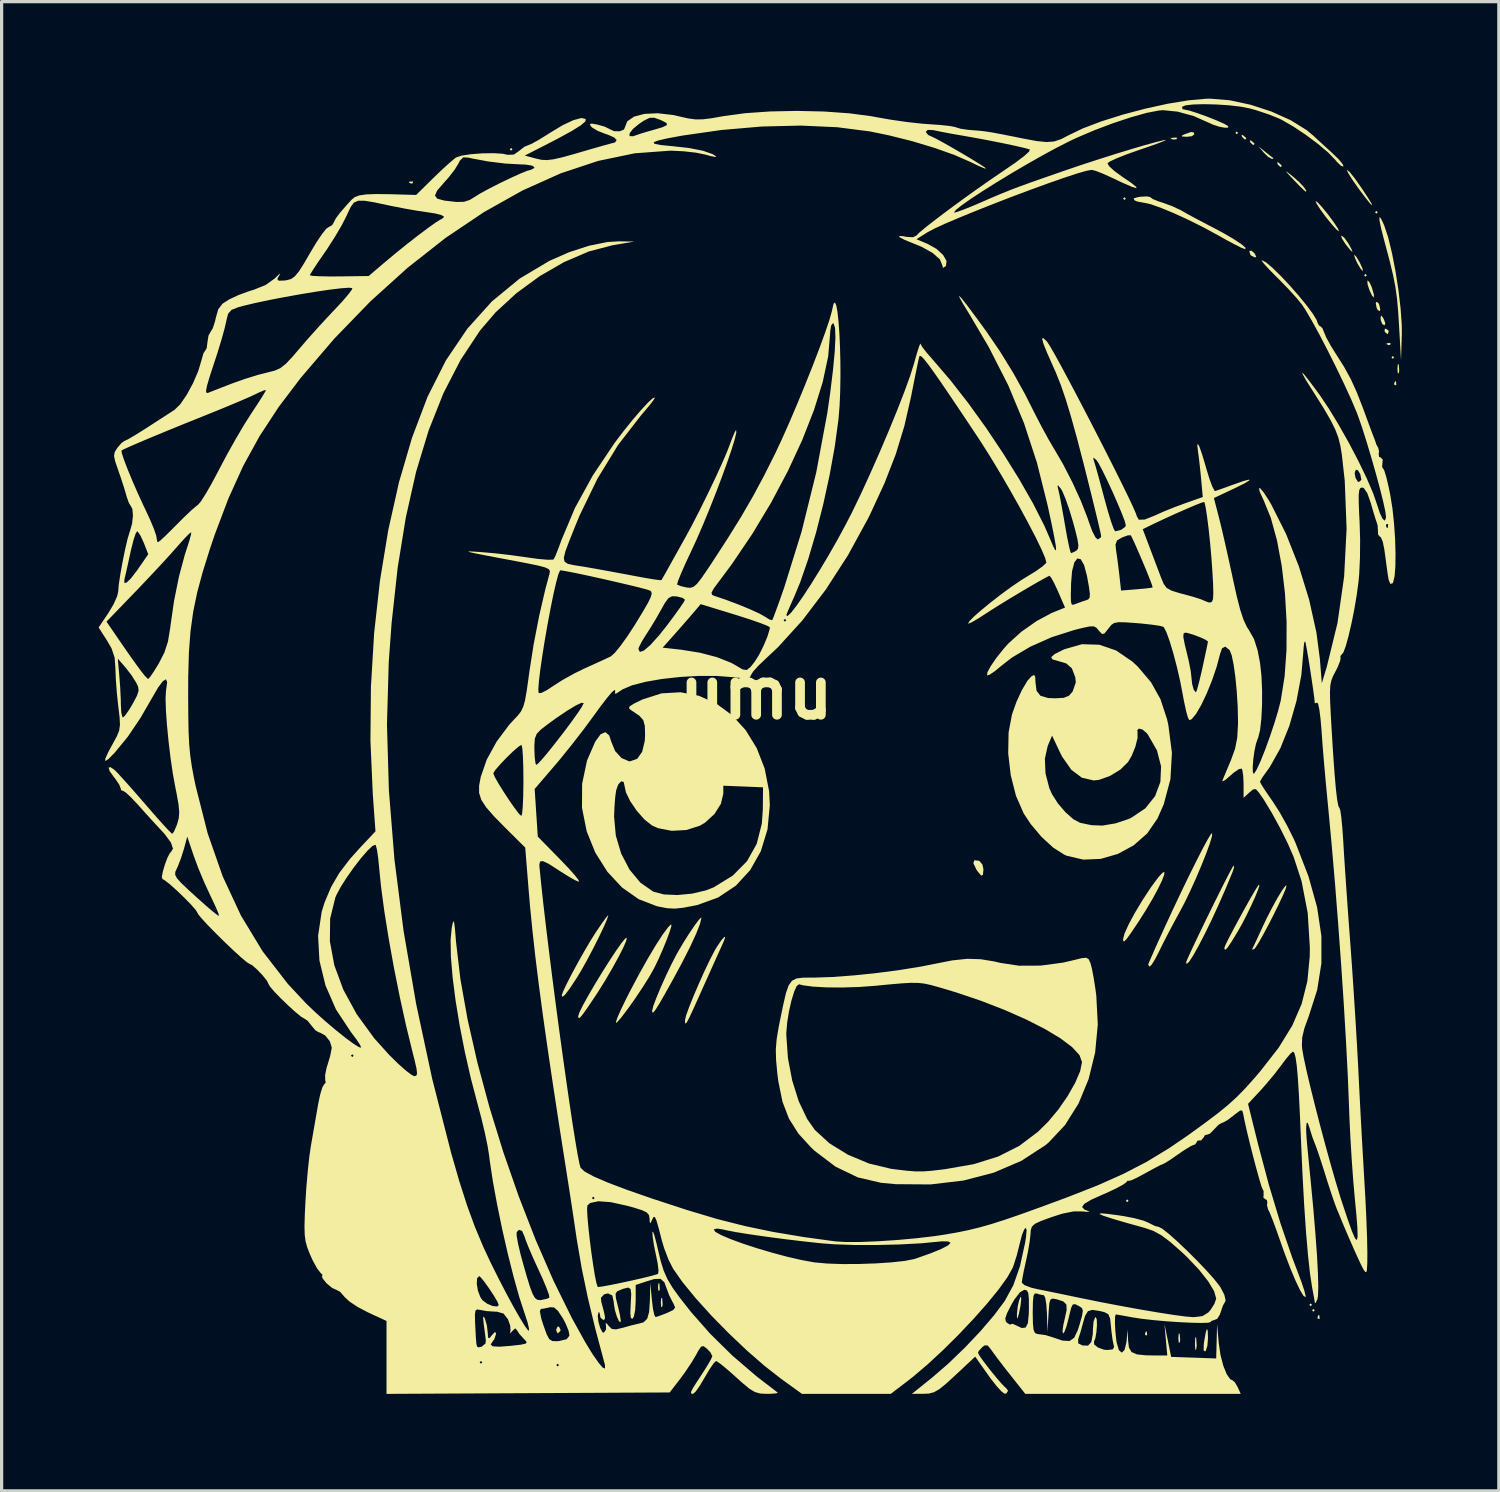
<source format=kicad_pcb>
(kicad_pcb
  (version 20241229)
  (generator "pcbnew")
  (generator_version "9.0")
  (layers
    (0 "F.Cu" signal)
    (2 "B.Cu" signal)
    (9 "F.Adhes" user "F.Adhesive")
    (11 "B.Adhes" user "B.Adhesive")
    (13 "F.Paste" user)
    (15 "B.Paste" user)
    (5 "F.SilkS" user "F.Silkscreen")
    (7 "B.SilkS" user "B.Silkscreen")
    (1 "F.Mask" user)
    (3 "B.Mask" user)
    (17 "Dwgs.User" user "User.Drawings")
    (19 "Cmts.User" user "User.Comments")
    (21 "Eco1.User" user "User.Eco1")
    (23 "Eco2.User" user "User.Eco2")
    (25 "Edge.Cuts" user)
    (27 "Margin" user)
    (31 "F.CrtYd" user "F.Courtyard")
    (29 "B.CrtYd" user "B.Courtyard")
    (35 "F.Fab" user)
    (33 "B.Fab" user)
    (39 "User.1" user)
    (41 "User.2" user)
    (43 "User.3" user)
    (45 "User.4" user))
  (footprint "umu"
    (layer "F.Cu")
    (at 20.331 18.373)
    (property "Reference" "umu" (at 0 0 0) (layer "F.SilkS") (effects (font (size 1.5 1.5) (thickness 0.3))))
    (attr board_only exclude_from_pos_files exclude_from_bom)
    (fp_poly (pts (xy -7.535 -16.806) (xy -7.578 -16.764) (xy -7.62 -16.806) (xy -7.578 -16.849)) (stroke (width 0) (type solid)) (fill yes) (layer "F.SilkS"))
    (fp_poly (pts (xy 11.43 -15.282) (xy 11.388 -15.24) (xy 11.345 -15.282) (xy 11.388 -15.325)) (stroke (width 0) (type solid)) (fill yes) (layer "F.SilkS"))
    (fp_poly (pts (xy 11.515 15.706) (xy 11.472 15.748) (xy 11.43 15.706) (xy 11.472 15.663)) (stroke (width 0) (type solid)) (fill yes) (layer "F.SilkS"))
    (fp_poly (pts (xy 14.901 -17.314) (xy 14.859 -17.272) (xy 14.817 -17.314) (xy 14.859 -17.357)) (stroke (width 0) (type solid)) (fill yes) (layer "F.SilkS"))
    (fp_poly (pts (xy 17.187 18.923) (xy 17.145 18.965) (xy 17.103 18.923) (xy 17.145 18.881)) (stroke (width 0) (type solid)) (fill yes) (layer "F.SilkS"))
    (fp_poly (pts (xy 17.272 19.092) (xy 17.23 19.135) (xy 17.187 19.092) (xy 17.23 19.05)) (stroke (width 0) (type solid)) (fill yes) (layer "F.SilkS"))
    (fp_poly (pts (xy 18.881 -12.912) (xy 18.838 -12.869) (xy 18.796 -12.912) (xy 18.838 -12.954)) (stroke (width 0) (type solid)) (fill yes) (layer "F.SilkS"))
    (fp_poly (pts (xy 19.219 -14.859) (xy 19.177 -14.817) (xy 19.135 -14.859) (xy 19.177 -14.901)) (stroke (width 0) (type solid)) (fill yes) (layer "F.SilkS"))
    (fp_poly (pts (xy 19.727 -10.372) (xy 19.685 -10.329) (xy 19.643 -10.372) (xy 19.685 -10.414)) (stroke (width 0) (type solid)) (fill yes) (layer "F.SilkS"))
    (fp_poly (pts (xy -10.612 -15.804) (xy -10.623 -15.754) (xy -10.668 -15.748) (xy -10.738 -15.779) (xy -10.724 -15.804) (xy -10.624 -15.815)) (stroke (width 0) (type solid)) (fill yes) (layer "F.SilkS"))
    (fp_poly (pts (xy -2.992 18.267) (xy -2.981 18.44) (xy -2.992 18.479) (xy -3.023 18.489) (xy -3.035 18.373) (xy -3.021 18.252)) (stroke (width 0) (type solid)) (fill yes) (layer "F.SilkS"))
    (fp_poly (pts (xy 12.079 19.756) (xy 12.089 19.856) (xy 12.079 19.868) (xy 12.029 19.857) (xy 12.023 19.812) (xy 12.054 19.742)) (stroke (width 0) (type solid)) (fill yes) (layer "F.SilkS"))
    (fp_poly (pts (xy 13.016 -17.154) (xy 12.99 -17.115) (xy 12.905 -17.109) (xy 12.814 -17.13) (xy 12.853 -17.161) (xy 12.986 -17.171)) (stroke (width 0) (type solid)) (fill yes) (layer "F.SilkS"))
    (fp_poly (pts (xy 17.413 19.248) (xy 17.423 19.348) (xy 17.413 19.36) (xy 17.363 19.349) (xy 17.357 19.304) (xy 17.388 19.234)) (stroke (width 0) (type solid)) (fill yes) (layer "F.SilkS"))
    (fp_poly (pts (xy 19.614 -10.809) (xy 19.603 -10.759) (xy 19.558 -10.753) (xy 19.488 -10.784) (xy 19.502 -10.809) (xy 19.602 -10.819)) (stroke (width 0) (type solid)) (fill yes) (layer "F.SilkS"))
    (fp_poly (pts (xy 19.784 -9.624) (xy 19.794 -9.523) (xy 19.784 -9.511) (xy 19.733 -9.523) (xy 19.727 -9.567) (xy 19.758 -9.637)) (stroke (width 0) (type solid)) (fill yes) (layer "F.SilkS"))
    (fp_poly (pts (xy -6.095 19.601) (xy -6.046 19.703) (xy -6.057 19.733) (xy -6.139 19.808) (xy -6.179 19.723) (xy -6.181 19.68) (xy -6.139 19.593)) (stroke (width 0) (type solid)) (fill yes) (layer "F.SilkS"))
    (fp_poly (pts (xy 15.058 -17.238) (xy 15.148 -17.159) (xy 15.155 -17.14) (xy 15.115 -17.105) (xy 15.031 -17.183) (xy 15.02 -17.2) (xy 15.01 -17.258)) (stroke (width 0) (type solid)) (fill yes) (layer "F.SilkS"))
    (fp_poly (pts (xy 15.312 -17.068) (xy 15.402 -16.99) (xy 15.409 -16.971) (xy 15.369 -16.936) (xy 15.285 -17.014) (xy 15.274 -17.031) (xy 15.264 -17.089)) (stroke (width 0) (type solid)) (fill yes) (layer "F.SilkS"))
    (fp_poly (pts (xy 15.408 -13.591) (xy 15.462 -13.485) (xy 15.425 -13.462) (xy 15.301 -13.524) (xy 15.279 -13.552) (xy 15.247 -13.663) (xy 15.313 -13.672)) (stroke (width 0) (type solid)) (fill yes) (layer "F.SilkS"))
    (fp_poly (pts (xy 16.158 -16.391) (xy 16.249 -16.306) (xy 16.23 -16.257) (xy 16.219 -16.256) (xy 16.147 -16.316) (xy 16.121 -16.354) (xy 16.111 -16.412)) (stroke (width 0) (type solid)) (fill yes) (layer "F.SilkS"))
    (fp_poly (pts (xy -2.909 18.72) (xy -2.905 18.734) (xy -2.892 18.919) (xy -2.908 18.988) (xy -2.936 18.991) (xy -2.947 18.858) (xy -2.947 18.838) (xy -2.935 18.707)) (stroke (width 0) (type solid)) (fill yes) (layer "F.SilkS"))
    (fp_poly (pts (xy 13.093 19.82) (xy 13.097 19.835) (xy 13.11 20.019) (xy 13.094 20.089) (xy 13.066 20.092) (xy 13.055 19.959) (xy 13.055 19.939) (xy 13.067 19.808)) (stroke (width 0) (type solid)) (fill yes) (layer "F.SilkS"))
    (fp_poly (pts (xy 13.534 -17.326) (xy 13.547 -17.272) (xy 13.474 -17.212) (xy 13.314 -17.193) (xy 13.163 -17.204) (xy 13.169 -17.234) (xy 13.25 -17.272) (xy 13.448 -17.342)) (stroke (width 0) (type solid)) (fill yes) (layer "F.SilkS"))
    (fp_poly (pts (xy 13.607 19.961) (xy 13.62 20.182) (xy 13.605 20.3) (xy 13.582 20.32) (xy 13.569 20.198) (xy 13.568 20.108) (xy 13.576 19.944) (xy 13.595 19.919)) (stroke (width 0) (type solid)) (fill yes) (layer "F.SilkS"))
    (fp_poly (pts (xy 19.233 -12.061) (xy 19.27 -11.989) (xy 19.297 -11.847) (xy 19.283 -11.804) (xy 19.223 -11.832) (xy 19.185 -11.904) (xy 19.159 -12.046) (xy 19.173 -12.089)) (stroke (width 0) (type solid)) (fill yes) (layer "F.SilkS"))
    (fp_poly (pts (xy 19.381 -11.603) (xy 19.399 -11.572) (xy 19.453 -11.43) (xy 19.432 -11.363) (xy 19.36 -11.402) (xy 19.311 -11.528) (xy 19.307 -11.592) (xy 19.322 -11.671)) (stroke (width 0) (type solid)) (fill yes) (layer "F.SilkS"))
    (fp_poly (pts (xy 19.555 -11.199) (xy 19.558 -11.176) (xy 19.529 -11.094) (xy 19.521 -11.091) (xy 19.448 -11.151) (xy 19.431 -11.176) (xy 19.438 -11.254) (xy 19.468 -11.261)) (stroke (width 0) (type solid)) (fill yes) (layer "F.SilkS"))
    (fp_poly (pts (xy 19.866 -10.152) (xy 19.871 -10.137) (xy 19.883 -9.953) (xy 19.868 -9.883) (xy 19.84 -9.88) (xy 19.828 -10.013) (xy 19.829 -10.033) (xy 19.841 -10.164)) (stroke (width 0) (type solid)) (fill yes) (layer "F.SilkS"))
    (fp_poly (pts (xy 6.897 5.194) (xy 6.996 5.308) (xy 7.027 5.458) (xy 7.012 5.63) (xy 6.957 5.65) (xy 6.846 5.518) (xy 6.806 5.458) (xy 6.716 5.268) (xy 6.748 5.175)) (stroke (width 0) (type solid)) (fill yes) (layer "F.SilkS"))
    (fp_poly (pts (xy 15.748 -16.723) (xy 15.905 -16.599) (xy 15.994 -16.533) (xy 15.995 -16.532) (xy 15.968 -16.511) (xy 15.945 -16.51) (xy 15.833 -16.569) (xy 15.698 -16.701) (xy 15.536 -16.891)) (stroke (width 0) (type solid)) (fill yes) (layer "F.SilkS"))
    (fp_poly (pts (xy 8.193 18.7) (xy 8.194 18.754) (xy 8.172 18.96) (xy 8.128 19.177) (xy 8.084 19.336) (xy 8.066 19.337) (xy 8.062 19.219) (xy 8.088 18.965) (xy 8.128 18.796) (xy 8.176 18.669)) (stroke (width 0) (type solid)) (fill yes) (layer "F.SilkS"))
    (fp_poly (pts (xy 18.955 -12.71) (xy 19.028 -12.555) (xy 19.041 -12.521) (xy 19.102 -12.305) (xy 19.098 -12.223) (xy 19.041 -12.287) (xy 18.965 -12.446) (xy 18.904 -12.634) (xy 18.899 -12.745) (xy 18.902 -12.749)) (stroke (width 0) (type solid)) (fill yes) (layer "F.SilkS"))
    (fp_poly (pts (xy 13.962 19.723) (xy 13.97 19.947) (xy 13.97 19.962) (xy 13.951 20.193) (xy 13.902 20.343) (xy 13.883 20.364) (xy 13.835 20.33) (xy 13.841 20.139) (xy 13.853 20.051) (xy 13.902 19.775) (xy 13.939 19.665)) (stroke (width 0) (type solid)) (fill yes) (layer "F.SilkS"))
    (fp_poly (pts (xy 16.421 -16.102) (xy 16.568 -15.986) (xy 16.595 -15.965) (xy 16.79 -15.793) (xy 16.939 -15.634) (xy 17.011 -15.524) (xy 16.997 -15.494) (xy 16.928 -15.55) (xy 16.78 -15.696) (xy 16.633 -15.848) (xy 16.45 -16.043) (xy 16.38 -16.125)) (stroke (width 0) (type solid)) (fill yes) (layer "F.SilkS"))
    (fp_poly (pts (xy 18.183 -14.074) (xy 18.3 -13.913) (xy 18.317 -13.885) (xy 18.408 -13.718) (xy 18.439 -13.634) (xy 18.436 -13.631) (xy 18.37 -13.692) (xy 18.248 -13.843) (xy 18.217 -13.885) (xy 18.113 -14.047) (xy 18.088 -14.134) (xy 18.098 -14.139)) (stroke (width 0) (type solid)) (fill yes) (layer "F.SilkS"))
    (fp_poly (pts (xy 18.559 -13.48) (xy 18.657 -13.316) (xy 18.669 -13.293) (xy 18.746 -13.123) (xy 18.762 -13.04) (xy 18.758 -13.039) (xy 18.695 -13.106) (xy 18.597 -13.269) (xy 18.584 -13.293) (xy 18.508 -13.462) (xy 18.491 -13.545) (xy 18.495 -13.547)) (stroke (width 0) (type solid)) (fill yes) (layer "F.SilkS"))
    (fp_poly (pts (xy 18.356 -16.098) (xy 18.514 -15.9) (xy 18.729 -15.593) (xy 18.92 -15.303) (xy 19.029 -15.124) (xy 19.046 -15.07) (xy 18.982 -15.132) (xy 18.846 -15.3) (xy 18.649 -15.563) (xy 18.607 -15.621) (xy 18.429 -15.875) (xy 18.309 -16.066) (xy 18.264 -16.163) (xy 18.269 -16.17)) (stroke (width 0) (type solid)) (fill yes) (layer "F.SilkS"))
    (fp_poly (pts (xy 17.362 -15.165) (xy 17.499 -15.016) (xy 17.68 -14.794) (xy 17.695 -14.774) (xy 17.869 -14.538) (xy 17.987 -14.358) (xy 18.023 -14.27) (xy 18.022 -14.269) (xy 17.957 -14.312) (xy 17.82 -14.461) (xy 17.639 -14.682) (xy 17.623 -14.702) (xy 17.449 -14.939) (xy 17.332 -15.119) (xy 17.295 -15.206) (xy 17.296 -15.208)) (stroke (width 0) (type solid)) (fill yes) (layer "F.SilkS"))
    (fp_poly (pts (xy 16.379 6.043) (xy 16.295 6.244) (xy 16.165 6.524) (xy 16.006 6.848) (xy 15.835 7.181) (xy 15.67 7.49) (xy 15.529 7.738) (xy 15.428 7.892) (xy 15.399 7.923) (xy 15.334 7.938) (xy 15.344 7.908) (xy 15.4 7.796) (xy 15.502 7.578) (xy 15.618 7.324) (xy 15.785 6.97) (xy 15.961 6.627) (xy 16.128 6.326) (xy 16.269 6.096) (xy 16.366 5.968) (xy 16.397 5.955)) (stroke (width 0) (type solid)) (fill yes) (layer "F.SilkS"))
    (fp_poly (pts (xy 12.615 5.626) (xy 12.549 5.8) (xy 12.43 6.048) (xy 12.264 6.356) (xy 12.057 6.707) (xy 11.815 7.089) (xy 11.79 7.125) (xy 11.584 7.431) (xy 11.453 7.612) (xy 11.381 7.686) (xy 11.35 7.672) (xy 11.345 7.615) (xy 11.391 7.44) (xy 11.517 7.16) (xy 11.705 6.811) (xy 11.936 6.425) (xy 12.191 6.036) (xy 12.239 5.967) (xy 12.441 5.696) (xy 12.567 5.559) (xy 12.623 5.54)) (stroke (width 0) (type solid)) (fill yes) (layer "F.SilkS"))
    (fp_poly (pts (xy 15.561 5.95) (xy 15.522 6.078) (xy 15.435 6.294) (xy 15.312 6.566) (xy 15.17 6.861) (xy 15.021 7.149) (xy 14.886 7.387) (xy 14.695 7.699) (xy 14.573 7.88) (xy 14.506 7.947) (xy 14.48 7.917) (xy 14.478 7.879) (xy 14.517 7.782) (xy 14.621 7.573) (xy 14.77 7.288) (xy 14.946 6.962) (xy 15.128 6.63) (xy 15.298 6.328) (xy 15.437 6.091) (xy 15.524 5.955) (xy 15.537 5.94)) (stroke (width 0) (type solid)) (fill yes) (layer "F.SilkS"))
    (fp_poly (pts (xy 14.775 5.4) (xy 14.736 5.524) (xy 14.526 6.032) (xy 14.305 6.536) (xy 14.084 7.017) (xy 13.871 7.454) (xy 13.677 7.828) (xy 13.513 8.121) (xy 13.388 8.312) (xy 13.312 8.381) (xy 13.293 8.34) (xy 13.328 8.246) (xy 13.424 8.031) (xy 13.568 7.725) (xy 13.745 7.354) (xy 13.942 6.948) (xy 14.145 6.535) (xy 14.34 6.142) (xy 14.514 5.798) (xy 14.652 5.531) (xy 14.741 5.37) (xy 14.766 5.334)) (stroke (width 0) (type solid)) (fill yes) (layer "F.SilkS"))
    (fp_poly (pts (xy 19.316 -14.671) (xy 19.409 -14.475) (xy 19.419 -14.451) (xy 19.54 -14.09) (xy 19.658 -13.605) (xy 19.767 -13.045) (xy 19.859 -12.455) (xy 19.926 -11.882) (xy 19.962 -11.372) (xy 19.964 -11.09) (xy 19.939 -10.287) (xy 19.878 -11.357) (xy 19.848 -11.823) (xy 19.813 -12.206) (xy 19.765 -12.552) (xy 19.695 -12.908) (xy 19.596 -13.323) (xy 19.458 -13.843) (xy 19.424 -13.968) (xy 19.325 -14.353) (xy 19.274 -14.604) (xy 19.271 -14.712)) (stroke (width 0) (type solid)) (fill yes) (layer "F.SilkS"))
    (fp_poly (pts (xy -4.572 6.873) (xy -4.61 7) (xy -4.714 7.239) (xy -4.863 7.553) (xy -5.041 7.906) (xy -5.229 8.262) (xy -5.409 8.585) (xy -5.555 8.826) (xy -5.772 9.153) (xy -5.915 9.34) (xy -5.991 9.399) (xy -6.011 9.354) (xy -5.971 9.236) (xy -5.863 9.007) (xy -5.707 8.701) (xy -5.52 8.355) (xy -5.321 8.001) (xy -5.13 7.676) (xy -4.965 7.413) (xy -4.953 7.395) (xy -4.778 7.139) (xy -4.645 6.955) (xy -4.577 6.872)) (stroke (width 0) (type solid)) (fill yes) (layer "F.SilkS"))
    (fp_poly (pts (xy -4.017 7.664) (xy -4.106 7.872) (xy -4.254 8.164) (xy -4.445 8.511) (xy -4.662 8.882) (xy -4.891 9.249) (xy -4.975 9.377) (xy -5.204 9.718) (xy -5.356 9.933) (xy -5.447 10.041) (xy -5.491 10.059) (xy -5.503 10.003) (xy -5.503 9.998) (xy -5.462 9.874) (xy -5.35 9.648) (xy -5.185 9.35) (xy -4.984 9.006) (xy -4.765 8.645) (xy -4.544 8.296) (xy -4.34 7.986) (xy -4.17 7.744) (xy -4.05 7.597) (xy -4.002 7.569)) (stroke (width 0) (type solid)) (fill yes) (layer "F.SilkS"))
    (fp_poly (pts (xy -2.62 7.202) (xy -2.667 7.366) (xy -2.758 7.614) (xy -2.879 7.913) (xy -3.018 8.228) (xy -3.153 8.509) (xy -3.3 8.77) (xy -3.504 9.095) (xy -3.735 9.442) (xy -3.967 9.769) (xy -4.169 10.035) (xy -4.314 10.199) (xy -4.317 10.202) (xy -4.338 10.184) (xy -4.288 10.038) (xy -4.178 9.786) (xy -4.015 9.451) (xy -3.918 9.259) (xy -3.637 8.728) (xy -3.363 8.238) (xy -3.109 7.811) (xy -2.89 7.473) (xy -2.72 7.244) (xy -2.63 7.158)) (stroke (width 0) (type solid)) (fill yes) (layer "F.SilkS"))
    (fp_poly (pts (xy -1.693 6.958) (xy -1.736 7.142) (xy -1.856 7.449) (xy -2.045 7.858) (xy -2.293 8.346) (xy -2.552 8.826) (xy -2.8 9.272) (xy -2.979 9.585) (xy -3.1 9.78) (xy -3.172 9.875) (xy -3.208 9.886) (xy -3.217 9.83) (xy -3.182 9.687) (xy -3.087 9.433) (xy -2.951 9.106) (xy -2.789 8.745) (xy -2.62 8.392) (xy -2.46 8.083) (xy -2.433 8.035) (xy -2.261 7.741) (xy -2.081 7.455) (xy -1.914 7.208) (xy -1.782 7.029) (xy -1.705 6.95)) (stroke (width 0) (type solid)) (fill yes) (layer "F.SilkS"))
    (fp_poly (pts (xy -0.959 7.563) (xy -1.003 7.684) (xy -1.078 7.853) (xy -1.187 8.093) (xy -1.222 8.17) (xy -1.321 8.391) (xy -1.467 8.717) (xy -1.638 9.096) (xy -1.754 9.356) (xy -1.936 9.76) (xy -2.061 10.028) (xy -2.139 10.178) (xy -2.181 10.229) (xy -2.198 10.199) (xy -2.201 10.123) (xy -2.167 9.977) (xy -2.073 9.716) (xy -1.937 9.377) (xy -1.774 8.996) (xy -1.601 8.611) (xy -1.433 8.259) (xy -1.287 7.976) (xy -1.218 7.858) (xy -1.074 7.647) (xy -0.983 7.545)) (stroke (width 0) (type solid)) (fill yes) (layer "F.SilkS"))
    (fp_poly (pts (xy 14.093 4.434) (xy 14.028 4.656) (xy 13.914 4.968) (xy 13.766 5.34) (xy 13.596 5.74) (xy 13.417 6.136) (xy 13.241 6.499) (xy 13.118 6.731) (xy 12.907 7.119) (xy 12.698 7.516) (xy 12.525 7.857) (xy 12.466 7.98) (xy 12.336 8.232) (xy 12.226 8.408) (xy 12.163 8.467) (xy 12.122 8.407) (xy 12.135 8.361) (xy 12.366 7.834) (xy 12.617 7.281) (xy 12.876 6.721) (xy 13.134 6.174) (xy 13.381 5.662) (xy 13.608 5.206) (xy 13.803 4.824) (xy 13.957 4.539) (xy 14.059 4.371) (xy 14.099 4.334)) (stroke (width 0) (type solid)) (fill yes) (layer "F.SilkS"))
    (fp_poly (pts (xy 12.188 -15.329) (xy 12.192 -15.321) (xy 12.265 -15.267) (xy 12.45 -15.193) (xy 12.552 -15.161) (xy 12.846 -15.055) (xy 13.118 -14.929) (xy 13.166 -14.902) (xy 13.358 -14.793) (xy 13.649 -14.637) (xy 13.985 -14.46) (xy 14.097 -14.403) (xy 14.467 -14.205) (xy 14.776 -14.023) (xy 15.004 -13.872) (xy 15.127 -13.766) (xy 15.125 -13.721) (xy 15.113 -13.72) (xy 15.008 -13.76) (xy 14.792 -13.868) (xy 14.5 -14.025) (xy 14.266 -14.156) (xy 13.834 -14.391) (xy 13.378 -14.619) (xy 12.933 -14.823) (xy 12.532 -14.99) (xy 12.208 -15.106) (xy 11.995 -15.154) (xy 11.98 -15.155) (xy 11.779 -15.193) (xy 11.696 -15.231) (xy 11.67 -15.287) (xy 11.804 -15.328) (xy 11.886 -15.34) (xy 12.085 -15.35)) (stroke (width 0) (type solid)) (fill yes) (layer "F.SilkS"))
    (fp_poly (pts (xy -1.77 0.091) (xy -1.235 0.331) (xy -0.748 0.689) (xy -0.326 1.152) (xy 0.016 1.707) (xy 0.263 2.341) (xy 0.4 3.042) (xy 0.422 3.471) (xy 0.351 4.22) (xy 0.145 4.895) (xy -0.186 5.482) (xy -0.63 5.964) (xy -1.177 6.328) (xy -1.815 6.559) (xy -1.884 6.574) (xy -2.251 6.644) (xy -2.52 6.672) (xy -2.76 6.658) (xy -3.038 6.604) (xy -3.074 6.596) (xy -3.631 6.381) (xy -4.147 6.019) (xy -4.601 5.532) (xy -4.974 4.94) (xy -5.24 4.284) (xy -5.33 3.833) (xy -4.393 3.833) (xy -4.34 4.412) (xy -4.175 4.968) (xy -3.916 5.465) (xy -3.58 5.869) (xy -3.188 6.143) (xy -3.175 6.149) (xy -2.853 6.233) (xy -2.436 6.252) (xy -1.984 6.209) (xy -1.554 6.108) (xy -1.312 6.013) (xy -0.723 5.65) (xy -0.282 5.204) (xy 0.017 4.669) (xy 0.176 4.04) (xy 0.206 3.598) (xy 0.212 2.921) (xy -0.402 2.896) (xy -1.016 2.871) (xy -1.016 3.116) (xy -1.091 3.432) (xy -1.291 3.748) (xy -1.581 4.014) (xy -1.737 4.106) (xy -2.155 4.241) (xy -2.612 4.266) (xy -3.039 4.183) (xy -3.223 4.099) (xy -3.455 3.914) (xy -3.691 3.648) (xy -3.894 3.351) (xy -4.029 3.072) (xy -4.064 2.904) (xy -4.098 2.753) (xy -4.178 2.737) (xy -4.269 2.841) (xy -4.329 3.013) (xy -4.359 3.227) (xy -4.382 3.538) (xy -4.393 3.833) (xy -5.33 3.833) (xy -5.386 3.551) (xy -5.381 2.808) (xy -5.23 2.092) (xy -4.975 1.507) (xy -4.809 1.279) (xy -4.662 1.216) (xy -4.545 1.315) (xy -4.476 1.522) (xy -4.36 1.802) (xy -4.165 2.015) (xy -3.936 2.114) (xy -3.898 2.117) (xy -3.679 2.04) (xy -3.524 1.821) (xy -3.444 1.481) (xy -3.435 1.298) (xy -3.443 1.02) (xy -3.491 0.843) (xy -3.613 0.707) (xy -3.844 0.551) (xy -3.866 0.537) (xy -3.933 0.478) (xy -3.909 0.415) (xy -3.772 0.329) (xy -3.517 0.205) (xy -2.927 0.016) (xy -2.339 -0.018)) (stroke (width 0) (type solid)) (fill yes) (layer "F.SilkS"))
    (fp_poly (pts (xy 10.608 -1.488) (xy 11.131 -1.309) (xy 11.631 -0.967) (xy 11.799 -0.811) (xy 12.208 -0.329) (xy 12.5 0.194) (xy 12.703 0.81) (xy 12.744 0.99) (xy 12.855 1.855) (xy 12.809 2.67) (xy 12.602 3.447) (xy 12.409 3.885) (xy 12.092 4.345) (xy 11.672 4.715) (xy 11.18 4.982) (xy 10.651 5.134) (xy 10.116 5.157) (xy 9.608 5.039) (xy 9.525 5.003) (xy 9.182 4.784) (xy 8.821 4.452) (xy 8.485 4.052) (xy 8.27 3.725) (xy 8.032 3.181) (xy 7.871 2.544) (xy 7.812 2.036) (xy 8.927 2.036) (xy 8.946 2.49) (xy 9.064 2.945) (xy 9.147 3.133) (xy 9.331 3.421) (xy 9.565 3.694) (xy 9.807 3.907) (xy 10.013 4.017) (xy 10.023 4.02) (xy 10.259 4.069) (xy 10.372 4.092) (xy 10.709 4.104) (xy 11.116 4.035) (xy 11.521 3.899) (xy 11.595 3.865) (xy 12.032 3.572) (xy 12.335 3.193) (xy 12.499 2.753) (xy 12.52 2.274) (xy 12.393 1.781) (xy 12.115 1.296) (xy 12.079 1.249) (xy 11.949 1.136) (xy 11.833 1.104) (xy 11.782 1.16) (xy 11.791 1.206) (xy 11.793 1.394) (xy 11.726 1.662) (xy 11.612 1.945) (xy 11.498 2.14) (xy 11.261 2.373) (xy 10.938 2.57) (xy 10.602 2.69) (xy 10.439 2.709) (xy 10.074 2.626) (xy 9.748 2.382) (xy 9.465 1.98) (xy 9.396 1.845) (xy 9.149 1.322) (xy 9.013 1.647) (xy 8.927 2.036) (xy 7.812 2.036) (xy 7.793 1.872) (xy 7.805 1.222) (xy 7.91 0.667) (xy 8.05 0.274) (xy 8.217 -0.087) (xy 8.386 -0.37) (xy 8.503 -0.503) (xy 8.592 -0.556) (xy 8.629 -0.494) (xy 8.636 -0.324) (xy 8.67 -0.062) (xy 8.792 0.092) (xy 9.03 0.16) (xy 9.244 0.169) (xy 9.51 0.154) (xy 9.671 0.09) (xy 9.786 -0.042) (xy 9.883 -0.326) (xy 9.866 -0.486) (xy 9.761 -0.758) (xy 9.587 -0.91) (xy 9.348 -0.981) (xy 9.162 -1.034) (xy 9.121 -1.103) (xy 9.231 -1.2) (xy 9.497 -1.333) (xy 9.539 -1.352) (xy 10.074 -1.504)) (stroke (width 0) (type solid)) (fill yes) (layer "F.SilkS"))
    (fp_poly (pts (xy 10.282 8.238) (xy 10.334 8.352) (xy 10.337 8.36) (xy 10.383 8.535) (xy 10.438 8.828) (xy 10.494 9.189) (xy 10.517 9.364) (xy 10.563 10.252) (xy 10.481 11.12) (xy 10.279 11.944) (xy 9.967 12.699) (xy 9.552 13.361) (xy 9.042 13.905) (xy 8.939 13.99) (xy 8.198 14.471) (xy 7.349 14.835) (xy 6.407 15.08) (xy 5.392 15.2) (xy 4.32 15.192) (xy 3.862 15.15) (xy 3.142 14.982) (xy 2.453 14.65) (xy 1.805 14.159) (xy 1.701 14.062) (xy 1.302 13.623) (xy 1.013 13.164) (xy 0.814 12.644) (xy 0.686 12.017) (xy 0.654 11.769) (xy 0.616 11.358) (xy 0.607 11.03) (xy 0.633 10.712) (xy 0.654 10.583) (xy 0.932 10.583) (xy 0.982 11.294) (xy 1.115 11.99) (xy 1.317 12.631) (xy 1.578 13.179) (xy 1.816 13.517) (xy 2.268 13.931) (xy 2.84 14.283) (xy 3.488 14.553) (xy 4.166 14.716) (xy 4.276 14.731) (xy 4.646 14.775) (xy 4.918 14.797) (xy 5.154 14.798) (xy 5.421 14.778) (xy 5.781 14.736) (xy 5.844 14.728) (xy 6.728 14.573) (xy 7.483 14.337) (xy 8.135 14.008) (xy 8.711 13.574) (xy 9.029 13.26) (xy 9.347 12.879) (xy 9.632 12.466) (xy 9.863 12.06) (xy 10.018 11.698) (xy 10.075 11.418) (xy 10.075 11.415) (xy 9.996 11.2) (xy 9.768 10.953) (xy 9.408 10.682) (xy 8.932 10.396) (xy 8.356 10.103) (xy 7.696 9.811) (xy 6.969 9.528) (xy 6.19 9.264) (xy 5.63 9.097) (xy 5.399 9.033) (xy 5.205 8.991) (xy 5.014 8.969) (xy 4.79 8.966) (xy 4.497 8.983) (xy 4.1 9.017) (xy 3.683 9.058) (xy 3.174 9.095) (xy 2.655 9.111) (xy 2.167 9.107) (xy 1.747 9.083) (xy 1.435 9.041) (xy 1.326 9.01) (xy 1.254 9.064) (xy 1.172 9.247) (xy 1.089 9.52) (xy 1.015 9.847) (xy 0.96 10.186) (xy 0.933 10.501) (xy 0.932 10.583) (xy 0.654 10.583) (xy 0.696 10.334) (xy 0.739 10.118) (xy 0.841 9.626) (xy 0.923 9.275) (xy 1.006 9.042) (xy 1.108 8.902) (xy 1.249 8.831) (xy 1.447 8.807) (xy 1.723 8.804) (xy 1.797 8.805) (xy 2.357 8.786) (xy 3.026 8.736) (xy 3.745 8.661) (xy 4.459 8.567) (xy 5.11 8.461) (xy 5.497 8.384) (xy 6.061 8.273) (xy 6.524 8.224) (xy 6.941 8.236) (xy 7.367 8.306) (xy 7.55 8.35) (xy 8.128 8.437) (xy 8.792 8.434) (xy 9.484 8.342) (xy 9.806 8.268) (xy 10.065 8.204) (xy 10.208 8.191)) (stroke (width 0) (type solid)) (fill yes) (layer "F.SilkS"))
    (fp_poly (pts (xy 14.64 -18.323) (xy 15.289 -18.184) (xy 15.934 -17.973) (xy 16.527 -17.706) (xy 17.021 -17.4) (xy 17.225 -17.23) (xy 17.384 -17.082) (xy 17.613 -16.872) (xy 17.81 -16.693) (xy 18.01 -16.498) (xy 18.136 -16.346) (xy 18.163 -16.272) (xy 18.084 -16.297) (xy 17.95 -16.426) (xy 17.903 -16.483) (xy 17.689 -16.705) (xy 17.372 -16.973) (xy 16.998 -17.252) (xy 16.612 -17.51) (xy 16.262 -17.712) (xy 16.163 -17.76) (xy 15.854 -17.884) (xy 15.483 -18.008) (xy 15.262 -18.071) (xy 14.97 -18.127) (xy 14.61 -18.168) (xy 14.22 -18.193) (xy 13.842 -18.202) (xy 13.513 -18.193) (xy 13.274 -18.165) (xy 13.166 -18.119) (xy 13.186 -18.047) (xy 13.252 -18.034) (xy 13.396 -18.003) (xy 13.642 -17.925) (xy 13.937 -17.818) (xy 14.228 -17.703) (xy 14.463 -17.599) (xy 14.588 -17.528) (xy 14.598 -17.478) (xy 14.494 -17.473) (xy 14.321 -17.505) (xy 14.127 -17.568) (xy 14.012 -17.621) (xy 13.527 -17.835) (xy 13.033 -17.971) (xy 12.588 -18.016) (xy 12.456 -18.007) (xy 12.074 -17.933) (xy 11.585 -17.796) (xy 11.033 -17.613) (xy 10.463 -17.398) (xy 9.918 -17.166) (xy 9.694 -17.061) (xy 9.297 -16.859) (xy 8.851 -16.617) (xy 8.378 -16.349) (xy 7.899 -16.068) (xy 7.437 -15.787) (xy 7.012 -15.52) (xy 6.646 -15.28) (xy 6.36 -15.08) (xy 6.177 -14.934) (xy 6.117 -14.855) (xy 6.12 -14.849) (xy 6.206 -14.868) (xy 6.412 -14.942) (xy 6.705 -15.06) (xy 6.95 -15.165) (xy 7.286 -15.311) (xy 7.569 -15.431) (xy 7.834 -15.538) (xy 8.114 -15.645) (xy 8.441 -15.764) (xy 8.849 -15.908) (xy 9.371 -16.089) (xy 9.61 -16.172) (xy 10.097 -16.337) (xy 10.611 -16.504) (xy 11.122 -16.666) (xy 11.604 -16.813) (xy 12.028 -16.938) (xy 12.367 -17.031) (xy 12.593 -17.086) (xy 12.67 -17.096) (xy 12.625 -17.069) (xy 12.446 -16.999) (xy 12.165 -16.898) (xy 11.817 -16.779) (xy 11.449 -16.648) (xy 11.145 -16.527) (xy 10.938 -16.431) (xy 10.862 -16.375) (xy 10.912 -16.286) (xy 11.072 -16.139) (xy 11.3 -15.972) (xy 11.599 -15.767) (xy 11.752 -15.644) (xy 11.758 -15.604) (xy 11.617 -15.647) (xy 11.328 -15.772) (xy 10.988 -15.933) (xy 10.713 -16.057) (xy 10.487 -16.144) (xy 10.371 -16.171) (xy 10.205 -16.14) (xy 9.908 -16.054) (xy 9.505 -15.921) (xy 9.022 -15.752) (xy 8.484 -15.556) (xy 7.916 -15.343) (xy 7.344 -15.122) (xy 6.792 -14.903) (xy 6.286 -14.696) (xy 5.851 -14.511) (xy 5.514 -14.356) (xy 5.298 -14.242) (xy 5.293 -14.239) (xy 4.956 -14.027) (xy 5.308 -13.878) (xy 5.579 -13.725) (xy 5.78 -13.539) (xy 5.886 -13.355) (xy 5.87 -13.205) (xy 5.855 -13.187) (xy 5.775 -13.141) (xy 5.757 -13.219) (xy 5.678 -13.406) (xy 5.453 -13.605) (xy 5.107 -13.796) (xy 4.889 -13.885) (xy 4.6 -14.002) (xy 4.44 -14.085) (xy 4.418 -14.127) (xy 4.543 -14.12) (xy 4.649 -14.099) (xy 4.85 -14.087) (xy 4.951 -14.136) (xy 5.05 -14.236) (xy 5.265 -14.414) (xy 5.571 -14.652) (xy 5.945 -14.934) (xy 6.361 -15.24) (xy 6.797 -15.553) (xy 7.228 -15.855) (xy 7.631 -16.129) (xy 7.644 -16.138) (xy 8.018 -16.395) (xy 8.288 -16.599) (xy 8.44 -16.738) (xy 8.461 -16.802) (xy 8.459 -16.803) (xy 8.289 -16.85) (xy 7.992 -16.918) (xy 7.607 -16.999) (xy 7.175 -17.085) (xy 6.734 -17.167) (xy 6.392 -17.227) (xy 6.04 -17.288) (xy 5.724 -17.348) (xy 5.506 -17.394) (xy 5.482 -17.4) (xy 5.305 -17.407) (xy 5.243 -17.343) (xy 5.318 -17.25) (xy 5.397 -17.213) (xy 5.535 -17.148) (xy 5.765 -17.024) (xy 6.052 -16.862) (xy 6.361 -16.683) (xy 6.657 -16.507) (xy 6.903 -16.355) (xy 7.066 -16.248) (xy 7.112 -16.208) (xy 7.044 -16.222) (xy 6.864 -16.299) (xy 6.625 -16.415) (xy 6.13 -16.632) (xy 5.512 -16.851) (xy 4.821 -17.059) (xy 4.102 -17.239) (xy 3.519 -17.359) (xy 2.508 -17.489) (xy 1.382 -17.54) (xy 0.174 -17.511) (xy -1.081 -17.403) (xy -2.285 -17.23) (xy -2.744 -17.145) (xy -3.039 -17.077) (xy -3.171 -17.022) (xy -3.144 -16.977) (xy -2.961 -16.94) (xy -2.625 -16.906) (xy -2.605 -16.905) (xy -2.073 -16.846) (xy -1.644 -16.761) (xy -1.344 -16.656) (xy -1.236 -16.588) (xy -1.264 -16.57) (xy -1.416 -16.599) (xy -1.567 -16.642) (xy -1.857 -16.702) (xy -2.237 -16.745) (xy -2.629 -16.764) (xy -2.659 -16.764) (xy -3.755 -16.683) (xy -4.888 -16.447) (xy -6.05 -16.061) (xy -7.23 -15.531) (xy -8.418 -14.864) (xy -9.604 -14.067) (xy -10.777 -13.144) (xy -11.928 -12.104) (xy -13.045 -10.951) (xy -14.084 -9.737) (xy -14.767 -8.835) (xy -15.353 -7.941) (xy -15.863 -7.013) (xy -16.318 -6.011) (xy -16.74 -4.895) (xy -16.892 -4.445) (xy -17.115 -3.732) (xy -17.285 -3.1) (xy -17.408 -2.504) (xy -17.491 -1.902) (xy -17.54 -1.248) (xy -17.561 -0.5) (xy -17.563 0.085) (xy -17.559 0.705) (xy -17.55 1.194) (xy -17.531 1.592) (xy -17.499 1.935) (xy -17.452 2.264) (xy -17.387 2.616) (xy -17.332 2.879) (xy -16.96 4.344) (xy -16.495 5.675) (xy -15.931 6.886) (xy -15.262 7.99) (xy -14.482 8.998) (xy -13.919 9.601) (xy -13.634 9.874) (xy -13.319 10.156) (xy -12.999 10.427) (xy -12.703 10.664) (xy -12.455 10.847) (xy -12.282 10.955) (xy -12.214 10.972) (xy -12.243 10.893) (xy -12.356 10.72) (xy -12.528 10.492) (xy -12.529 10.49) (xy -12.992 9.79) (xy -13.318 9.044) (xy -13.504 8.276) (xy -13.536 7.685) (xy -13.181 7.685) (xy -13.044 8.422) (xy -12.766 9.177) (xy -12.352 9.936) (xy -11.808 10.683) (xy -11.345 11.197) (xy -11.071 11.466) (xy -10.829 11.681) (xy -10.647 11.818) (xy -10.568 11.853) (xy -10.507 11.837) (xy -10.485 11.767) (xy -10.503 11.614) (xy -10.564 11.347) (xy -10.624 11.113) (xy -10.824 10.294) (xy -11.018 9.409) (xy -11.201 8.496) (xy -11.363 7.594) (xy -11.499 6.744) (xy -11.6 5.983) (xy -11.655 5.437) (xy -11.687 5.11) (xy -11.724 4.855) (xy -11.761 4.712) (xy -11.771 4.697) (xy -11.863 4.733) (xy -12.02 4.882) (xy -12.22 5.113) (xy -12.439 5.396) (xy -12.654 5.7) (xy -12.842 5.995) (xy -12.979 6.25) (xy -13.012 6.328) (xy -13.173 6.982) (xy -13.181 7.685) (xy -13.536 7.685) (xy -13.545 7.51) (xy -13.435 6.771) (xy -13.344 6.478) (xy -13.143 6.002) (xy -12.891 5.57) (xy -12.556 5.131) (xy -12.214 4.752) (xy -11.771 4.283) (xy -11.854 3.136) (xy -11.927 1.483) (xy -11.912 -0.185) (xy -11.813 -1.842) (xy -11.633 -3.466) (xy -11.376 -5.031) (xy -11.044 -6.513) (xy -10.641 -7.888) (xy -10.17 -9.131) (xy -10.155 -9.166) (xy -9.593 -10.28) (xy -8.931 -11.259) (xy -8.172 -12.102) (xy -7.317 -12.806) (xy -6.392 -13.358) (xy -5.778 -13.627) (xy -5.166 -13.825) (xy -4.603 -13.939) (xy -4.246 -13.961) (xy -3.768 -13.953) (xy -4.445 -13.839) (xy -5.176 -13.647) (xy -5.938 -13.32) (xy -6.695 -12.883) (xy -7.414 -12.357) (xy -8.057 -11.765) (xy -8.537 -11.205) (xy -9.14 -10.293) (xy -9.67 -9.265) (xy -10.127 -8.115) (xy -10.515 -6.837) (xy -10.833 -5.423) (xy -11.085 -3.869) (xy -11.272 -2.168) (xy -11.361 -0.953) (xy -11.416 0.979) (xy -11.356 3.019) (xy -11.185 5.15) (xy -10.903 7.358) (xy -10.512 9.627) (xy -10.016 11.941) (xy -9.432 14.224) (xy -9.181 15.095) (xy -8.942 15.841) (xy -8.7 16.504) (xy -8.44 17.125) (xy -8.205 17.628) (xy -7.969 18.101) (xy -7.733 18.556) (xy -7.511 18.968) (xy -7.314 19.314) (xy -7.159 19.569) (xy -7.057 19.708) (xy -7.031 19.727) (xy -7.024 19.655) (xy -7.069 19.465) (xy -7.156 19.197) (xy -7.163 19.178) (xy -7.181 19.124) (xy -6.689 19.124) (xy -6.646 19.342) (xy -6.577 19.558) (xy -6.478 19.833) (xy -6.398 19.983) (xy -6.303 20.043) (xy -6.16 20.048) (xy -6.101 20.043) (xy -5.861 19.987) (xy -5.774 19.877) (xy -5.799 19.727) (xy -5.893 19.497) (xy -5.975 19.343) (xy -6.127 19.111) (xy -6.246 19.005) (xy -6.368 18.996) (xy -6.383 19) (xy -6.571 19.04) (xy -6.657 19.049) (xy -6.689 19.124) (xy -7.181 19.124) (xy -7.327 18.676) (xy -7.502 18.049) (xy -7.681 17.337) (xy -7.832 16.675) (xy -7.406 16.675) (xy -7.406 16.787) (xy -7.365 17.021) (xy -7.291 17.338) (xy -7.236 17.543) (xy -7.1 18.023) (xy -6.996 18.362) (xy -6.913 18.583) (xy -6.84 18.711) (xy -6.765 18.767) (xy -6.677 18.777) (xy -6.639 18.772) (xy -6.465 18.734) (xy -6.394 18.699) (xy -6.408 18.608) (xy -6.484 18.399) (xy -6.608 18.105) (xy -6.724 17.851) (xy -6.889 17.491) (xy -7.029 17.165) (xy -7.127 16.919) (xy -7.158 16.822) (xy -7.238 16.637) (xy -7.336 16.604) (xy -7.406 16.675) (xy -7.832 16.675) (xy -7.853 16.584) (xy -8.008 15.831) (xy -8.139 15.12) (xy -8.234 14.493) (xy -8.257 14.309) (xy -8.306 14.002) (xy -8.392 13.591) (xy -8.502 13.132) (xy -8.606 12.742) (xy -8.818 11.936) (xy -9.006 11.112) (xy -9.166 10.297) (xy -9.294 9.516) (xy -9.386 8.796) (xy -9.439 8.161) (xy -9.448 7.639) (xy -9.415 7.281) (xy -9.382 7.117) (xy -9.357 7.057) (xy -9.336 7.116) (xy -9.313 7.311) (xy -9.284 7.657) (xy -9.28 7.705) (xy -9.146 8.848) (xy -8.923 10.099) (xy -8.621 11.427) (xy -8.25 12.803) (xy -7.82 14.196) (xy -7.339 15.575) (xy -6.819 16.912) (xy -6.268 18.175) (xy -5.697 19.334) (xy -5.285 20.078) (xy -5.059 20.447) (xy -4.875 20.712) (xy -4.744 20.865) (xy -4.674 20.893) (xy -4.675 20.786) (xy -4.686 20.743) (xy -4.974 19.662) (xy -5.07 19.266) (xy -4.899 19.266) (xy -4.877 19.449) (xy -4.823 19.637) (xy -4.755 19.766) (xy -4.71 19.786) (xy -4.643 19.687) (xy -4.642 19.592) (xy -4.654 19.481) (xy -4.607 19.515) (xy -4.557 19.579) (xy -4.463 19.668) (xy -4.334 19.682) (xy -4.109 19.628) (xy -4.106 19.628) (xy -3.874 19.562) (xy -3.709 19.522) (xy -3.683 19.517) (xy -3.488 19.467) (xy -3.37 19.355) (xy -3.31 19.146) (xy -3.287 18.808) (xy -3.273 18.246) (xy -3.224 18.776) (xy -3.19 19.05) (xy -3.149 19.239) (xy -3.113 19.302) (xy -3.001 19.268) (xy -2.802 19.192) (xy -2.752 19.172) (xy -2.563 19.083) (xy -2.506 19.005) (xy -2.553 18.89) (xy -2.573 18.858) (xy -2.693 18.621) (xy -2.753 18.457) (xy -2.841 18.222) (xy -2.957 18.119) (xy -3.147 18.125) (xy -3.345 18.183) (xy -3.725 18.308) (xy -3.725 18.801) (xy -3.741 19.082) (xy -3.781 19.284) (xy -3.821 19.353) (xy -3.873 19.334) (xy -3.891 19.18) (xy -3.879 18.892) (xy -3.863 18.594) (xy -3.882 18.435) (xy -3.955 18.388) (xy -4.102 18.424) (xy -4.179 18.453) (xy -4.298 18.506) (xy -4.348 18.578) (xy -4.337 18.718) (xy -4.274 18.972) (xy -4.272 18.978) (xy -4.214 19.231) (xy -4.187 19.408) (xy -4.192 19.46) (xy -4.244 19.426) (xy -4.309 19.282) (xy -4.368 19.083) (xy -4.401 18.887) (xy -4.403 18.838) (xy -4.448 18.632) (xy -4.584 18.569) (xy -4.698 18.596) (xy -4.8 18.705) (xy -4.79 18.829) (xy -4.71 19.125) (xy -4.675 19.293) (xy -4.682 19.37) (xy -4.727 19.389) (xy -4.732 19.389) (xy -4.813 19.319) (xy -4.826 19.248) (xy -4.848 19.151) (xy -4.874 19.154) (xy -4.899 19.266) (xy -5.07 19.266) (xy -5.207 18.694) (xy -5.394 17.794) (xy -5.544 16.919) (xy -5.586 16.637) (xy -5.641 16.266) (xy -5.712 15.796) (xy -5.739 15.621) (xy -5.08 15.621) (xy -5.038 15.663) (xy -4.995 15.621) (xy -5.038 15.579) (xy -5.08 15.621) (xy -5.739 15.621) (xy -5.789 15.294) (xy -5.844 14.944) (xy -6.073 13.486) (xy -6.273 12.18) (xy -6.447 11.008) (xy -6.596 9.956) (xy -6.723 9.007) (xy -6.829 8.146) (xy -6.917 7.357) (xy -6.99 6.625) (xy -7.035 6.096) (xy -7.141 4.784) (xy -7.759 4.171) (xy -8.112 3.811) (xy -8.354 3.533) (xy -8.501 3.305) (xy -8.567 3.095) (xy -8.567 2.872) (xy -8.517 2.603) (xy -8.516 2.598) (xy -8.478 2.489) (xy -8.128 2.489) (xy -8.084 2.598) (xy -7.971 2.799) (xy -7.813 3.053) (xy -7.638 3.32) (xy -7.47 3.561) (xy -7.336 3.737) (xy -7.261 3.809) (xy -7.26 3.809) (xy -7.237 3.73) (xy -7.217 3.513) (xy -7.203 3.19) (xy -7.2 2.972) (xy -6.849 2.972) (xy -6.801 3.708) (xy -6.753 4.445) (xy -6.067 5.144) (xy -5.807 5.416) (xy -5.609 5.638) (xy -5.493 5.788) (xy -5.477 5.842) (xy -5.59 5.797) (xy -5.8 5.679) (xy -6.068 5.511) (xy -6.132 5.469) (xy -6.419 5.285) (xy -6.595 5.202) (xy -6.683 5.215) (xy -6.704 5.321) (xy -6.701 5.376) (xy -6.648 5.907) (xy -6.58 6.533) (xy -6.498 7.235) (xy -6.405 7.995) (xy -6.305 8.793) (xy -6.199 9.611) (xy -6.09 10.429) (xy -5.98 11.228) (xy -5.873 11.989) (xy -5.771 12.694) (xy -5.677 13.322) (xy -5.592 13.855) (xy -5.521 14.274) (xy -5.464 14.559) (xy -5.431 14.681) (xy -5.311 14.798) (xy -5.029 14.952) (xy -4.584 15.144) (xy -3.976 15.374) (xy -3.205 15.642) (xy -2.269 15.948) (xy -2.081 16.008) (xy -1.208 16.269) (xy -0.356 16.485) (xy 0.522 16.668) (xy 1.477 16.828) (xy 2.455 16.962) (xy 2.783 16.981) (xy 3.238 16.979) (xy 3.779 16.957) (xy 4.366 16.918) (xy 4.956 16.864) (xy 5.511 16.799) (xy 5.811 16.754) (xy 6.189 16.689) (xy 6.541 16.618) (xy 6.891 16.533) (xy 7.267 16.427) (xy 7.694 16.291) (xy 8.197 16.118) (xy 8.803 15.899) (xy 9.537 15.628) (xy 9.64 15.589) (xy 10.561 15.228) (xy 11.358 14.872) (xy 12.075 14.5) (xy 12.755 14.088) (xy 13.362 13.674) (xy 13.87 13.305) (xy 14.27 13.004) (xy 14.593 12.74) (xy 14.871 12.487) (xy 15.135 12.216) (xy 15.418 11.899) (xy 15.592 11.695) (xy 16.154 10.974) (xy 16.575 10.291) (xy 16.867 9.616) (xy 17.043 8.916) (xy 17.116 8.16) (xy 17.12 7.877) (xy 17.054 6.808) (xy 16.865 5.826) (xy 16.618 5.071) (xy 16.438 4.658) (xy 16.204 4.187) (xy 15.948 3.719) (xy 15.701 3.31) (xy 15.55 3.091) (xy 15.452 2.978) (xy 15.366 2.985) (xy 15.248 3.083) (xy 15.071 3.244) (xy 15.071 2.821) (xy 15.068 2.752) (xy 15.579 2.752) (xy 15.625 2.842) (xy 15.746 3.031) (xy 15.92 3.284) (xy 15.964 3.346) (xy 16.181 3.684) (xy 16.416 4.103) (xy 16.627 4.528) (xy 16.677 4.64) (xy 17.078 5.675) (xy 17.344 6.629) (xy 17.477 7.519) (xy 17.477 8.364) (xy 17.347 9.184) (xy 17.089 9.991) (xy 16.951 10.37) (xy 16.883 10.658) (xy 16.874 10.912) (xy 16.883 11.009) (xy 16.928 11.268) (xy 17.012 11.659) (xy 17.128 12.153) (xy 17.268 12.718) (xy 17.424 13.325) (xy 17.589 13.943) (xy 17.754 14.543) (xy 17.912 15.093) (xy 18.054 15.564) (xy 18.104 15.721) (xy 18.285 16.265) (xy 18.421 16.647) (xy 18.516 16.866) (xy 18.574 16.922) (xy 18.597 16.813) (xy 18.59 16.539) (xy 18.555 16.098) (xy 18.508 15.61) (xy 18.461 15.077) (xy 18.415 14.439) (xy 18.374 13.76) (xy 18.342 13.102) (xy 18.331 12.785) (xy 18.294 11.858) (xy 18.239 10.797) (xy 18.17 9.635) (xy 18.088 8.407) (xy 17.996 7.146) (xy 17.897 5.885) (xy 17.791 4.659) (xy 17.683 3.502) (xy 17.659 3.26) (xy 17.608 2.724) (xy 17.557 2.147) (xy 17.512 1.601) (xy 17.481 1.165) (xy 17.45 0.802) (xy 17.414 0.517) (xy 17.376 0.341) (xy 17.347 0.303) (xy 17.275 0.323) (xy 17.272 0.316) (xy 17.26 0.182) (xy 17.227 -0.065) (xy 17.181 -0.383) (xy 17.128 -0.732) (xy 17.074 -1.068) (xy 17.025 -1.352) (xy 16.989 -1.541) (xy 16.974 -1.597) (xy 16.945 -1.551) (xy 16.926 -1.386) (xy 16.925 -1.348) (xy 16.857 -0.551) (xy 16.706 0.252) (xy 16.486 1.02) (xy 16.208 1.712) (xy 15.884 2.29) (xy 15.786 2.426) (xy 15.655 2.61) (xy 15.583 2.735) (xy 15.579 2.752) (xy 15.068 2.752) (xy 15.06 2.566) (xy 15.032 2.386) (xy 15.013 2.341) (xy 14.924 2.359) (xy 14.762 2.471) (xy 14.661 2.56) (xy 14.504 2.694) (xy 14.42 2.737) (xy 14.418 2.709) (xy 14.476 2.568) (xy 14.577 2.326) (xy 14.683 2.074) (xy 14.808 1.727) (xy 14.875 1.386) (xy 14.898 0.972) (xy 14.899 0.889) (xy 14.889 0.43) (xy 14.86 -0.041) (xy 14.817 -0.487) (xy 14.763 -0.873) (xy 14.703 -1.162) (xy 14.641 -1.319) (xy 14.64 -1.322) (xy 14.503 -1.43) (xy 14.404 -1.376) (xy 14.345 -1.206) (xy 14.238 -0.804) (xy 14.095 -0.385) (xy 13.932 0.017) (xy 13.763 0.372) (xy 13.603 0.648) (xy 13.466 0.813) (xy 13.396 0.847) (xy 13.352 0.769) (xy 13.293 0.561) (xy 13.228 0.258) (xy 13.192 0.064) (xy 13.11 -0.362) (xy 13.008 -0.803) (xy 12.898 -1.224) (xy 12.787 -1.591) (xy 12.74 -1.723) (xy 13.208 -1.723) (xy 13.251 -1.501) (xy 13.303 -1.291) (xy 13.38 -0.966) (xy 13.436 -0.676) (xy 13.457 -0.494) (xy 13.48 -0.274) (xy 13.528 -0.1) (xy 13.585 -0.024) (xy 13.606 -0.031) (xy 13.64 -0.126) (xy 13.699 -0.347) (xy 13.772 -0.654) (xy 13.807 -0.814) (xy 13.879 -1.146) (xy 13.935 -1.409) (xy 13.966 -1.563) (xy 13.97 -1.588) (xy 13.899 -1.64) (xy 13.73 -1.718) (xy 13.523 -1.796) (xy 13.341 -1.851) (xy 13.268 -1.863) (xy 13.215 -1.833) (xy 13.208 -1.723) (xy 12.74 -1.723) (xy 12.687 -1.87) (xy 12.607 -2.026) (xy 12.59 -2.042) (xy 12.476 -2.073) (xy 12.236 -2.108) (xy 11.916 -2.143) (xy 11.785 -2.154) (xy 11.432 -2.18) (xy 11.208 -2.185) (xy 11.07 -2.16) (xy 10.979 -2.098) (xy 10.894 -1.992) (xy 10.89 -1.986) (xy 10.773 -1.838) (xy 10.698 -1.816) (xy 10.607 -1.91) (xy 10.591 -1.931) (xy 10.517 -2.016) (xy 10.437 -2.056) (xy 10.309 -2.053) (xy 10.091 -2.008) (xy 9.821 -1.939) (xy 9.134 -1.719) (xy 8.482 -1.43) (xy 7.915 -1.095) (xy 7.595 -0.848) (xy 7.38 -0.67) (xy 7.214 -0.559) (xy 7.138 -0.538) (xy 7.15 -0.636) (xy 7.252 -0.826) (xy 7.421 -1.072) (xy 7.634 -1.341) (xy 7.801 -1.529) (xy 8.199 -1.888) (xy 8.671 -2.22) (xy 9.141 -2.471) (xy 9.208 -2.499) (xy 9.55 -2.636) (xy 9.374 -3.043) (xy 9.729 -3.043) (xy 9.732 -2.838) (xy 9.752 -2.741) (xy 9.796 -2.721) (xy 9.872 -2.747) (xy 9.885 -2.752) (xy 10.098 -2.83) (xy 10.181 -2.856) (xy 10.267 -2.888) (xy 10.311 -2.945) (xy 10.318 -3.064) (xy 10.289 -3.28) (xy 10.23 -3.61) (xy 10.14 -3.951) (xy 10.036 -4.131) (xy 9.931 -4.156) (xy 9.837 -4.032) (xy 9.768 -3.764) (xy 9.737 -3.386) (xy 9.729 -3.043) (xy 9.374 -3.043) (xy 9.332 -3.14) (xy 9.214 -3.394) (xy 9.118 -3.567) (xy 9.066 -3.622) (xy 8.875 -3.52) (xy 8.582 -3.354) (xy 8.228 -3.146) (xy 7.854 -2.922) (xy 7.503 -2.707) (xy 7.214 -2.524) (xy 7.133 -2.471) (xy 6.872 -2.303) (xy 6.669 -2.185) (xy 6.561 -2.138) (xy 6.553 -2.139) (xy 6.59 -2.212) (xy 6.737 -2.361) (xy 6.968 -2.564) (xy 7.256 -2.799) (xy 7.571 -3.044) (xy 7.889 -3.277) (xy 8.18 -3.475) (xy 8.358 -3.585) (xy 8.639 -3.757) (xy 8.853 -3.908) (xy 8.964 -4.012) (xy 8.972 -4.031) (xy 8.932 -4.18) (xy 8.816 -4.45) (xy 8.638 -4.817) (xy 8.409 -5.256) (xy 8.144 -5.746) (xy 7.854 -6.261) (xy 7.553 -6.779) (xy 7.254 -7.276) (xy 6.969 -7.727) (xy 6.866 -7.885) (xy 6.404 -8.579) (xy 6.025 -9.142) (xy 5.723 -9.587) (xy 5.488 -9.923) (xy 5.313 -10.164) (xy 5.189 -10.32) (xy 5.109 -10.402) (xy 5.062 -10.422) (xy 5.046 -10.403) (xy 5.016 -10.28) (xy 4.963 -10.026) (xy 4.891 -9.674) (xy 4.809 -9.26) (xy 4.789 -9.158) (xy 4.581 -8.247) (xy 4.314 -7.372) (xy 3.969 -6.484) (xy 3.528 -5.531) (xy 3.462 -5.396) (xy 2.839 -4.256) (xy 2.154 -3.195) (xy 1.426 -2.237) (xy 0.673 -1.41) (xy 0.303 -1.062) (xy 0.074 -0.845) (xy -0.094 -0.658) (xy -0.168 -0.538) (xy -0.169 -0.529) (xy -0.204 -0.469) (xy -0.328 -0.45) (xy -0.574 -0.468) (xy -0.699 -0.483) (xy -1.207 -0.522) (xy -1.769 -0.524) (xy -2.35 -0.491) (xy -2.912 -0.429) (xy -3.421 -0.341) (xy -3.84 -0.232) (xy -4.134 -0.106) (xy -4.177 -0.077) (xy -4.321 0.018) (xy -4.374 0.028) (xy -4.367 0.011) (xy -4.357 -0.075) (xy -4.384 -0.085) (xy -4.461 -0.02) (xy -4.611 0.157) (xy -4.812 0.418) (xy -5.016 0.699) (xy -5.325 1.118) (xy -5.689 1.588) (xy -6.049 2.035) (xy -6.211 2.227) (xy -6.849 2.972) (xy -7.2 2.972) (xy -7.197 2.791) (xy -7.197 2.709) (xy -7.201 2.3) (xy -7.213 1.96) (xy -7.23 1.724) (xy -6.858 1.724) (xy -6.848 1.987) (xy -6.824 2.174) (xy -6.803 2.228) (xy -6.739 2.183) (xy -6.598 2.029) (xy -6.403 1.795) (xy -6.176 1.509) (xy -5.938 1.201) (xy -5.714 0.9) (xy -5.523 0.633) (xy -5.389 0.431) (xy -5.334 0.321) (xy -5.334 0.317) (xy -5.397 0.307) (xy -5.573 0.388) (xy -5.84 0.549) (xy -6.178 0.777) (xy -6.413 0.947) (xy -6.652 1.13) (xy -6.785 1.267) (xy -6.843 1.414) (xy -6.858 1.624) (xy -6.858 1.724) (xy -7.23 1.724) (xy -7.231 1.72) (xy -7.253 1.612) (xy -7.257 1.609) (xy -7.352 1.666) (xy -7.519 1.811) (xy -7.719 2.005) (xy -7.913 2.209) (xy -8.063 2.382) (xy -8.128 2.485) (xy -8.128 2.489) (xy -8.478 2.489) (xy -8.329 2.061) (xy -8.024 1.506) (xy -7.638 0.99) (xy -7.506 0.846) (xy -7.37 0.703) (xy -7.273 0.577) (xy -7.203 0.432) (xy -7.148 0.237) (xy -7.098 -0.044) (xy -7.089 -0.105) (xy -6.736 -0.105) (xy -6.725 0.009) (xy -6.64 0.002) (xy -6.463 -0.089) (xy -6.276 -0.212) (xy -5.981 -0.401) (xy -5.613 -0.605) (xy -5.284 -0.765) (xy -4.969 -0.907) (xy -4.689 -1.035) (xy -4.503 -1.123) (xy -4.495 -1.126) (xy -4.372 -1.236) (xy -4.275 -1.354) (xy -3.641 -1.354) (xy -3.596 -1.264) (xy -3.47 -1.308) (xy -3.366 -1.397) (xy -2.892 -1.397) (xy -2.314 -1.333) (xy -1.736 -1.24) (xy -1.206 -1.101) (xy -0.773 -0.928) (xy -0.622 -0.844) (xy -0.421 -0.725) (xy -0.292 -0.706) (xy -0.173 -0.801) (xy -0.048 -0.958) (xy 0.089 -1.175) (xy 0.229 -1.456) (xy 0.348 -1.74) (xy 0.416 -1.965) (xy 0.423 -2.028) (xy 0.347 -2.073) (xy 0.138 -2.155) (xy -0.116 -2.244) (xy 0.847 -2.244) (xy 0.889 -2.201) (xy 0.931 -2.244) (xy 0.889 -2.286) (xy 0.847 -2.244) (xy -0.116 -2.244) (xy -0.173 -2.264) (xy -0.557 -2.387) (xy -0.646 -2.415) (xy -1.716 -2.743) (xy -1.927 -2.493) (xy -2.099 -2.294) (xy -2.327 -2.033) (xy -2.515 -1.82) (xy -2.892 -1.397) (xy -3.366 -1.397) (xy -3.272 -1.478) (xy -3.011 -1.767) (xy -2.774 -2.064) (xy -2.544 -2.371) (xy -2.358 -2.629) (xy -2.237 -2.809) (xy -2.201 -2.879) (xy -2.275 -2.936) (xy -2.45 -2.981) (xy -2.6 -2.987) (xy -2.712 -2.929) (xy -2.825 -2.775) (xy -2.93 -2.588) (xy -3.112 -2.267) (xy -3.313 -1.939) (xy -3.401 -1.805) (xy -3.539 -1.582) (xy -3.626 -1.409) (xy -3.641 -1.354) (xy -4.275 -1.354) (xy -4.189 -1.46) (xy -3.971 -1.764) (xy -3.754 -2.098) (xy -3.512 -2.495) (xy -3.35 -2.774) (xy -3.26 -2.958) (xy -3.229 -3.07) (xy -3.237 -3.097) (xy -1.381 -3.097) (xy -1.365 -3.031) (xy -1.299 -3) (xy -0.931 -2.876) (xy -0.544 -2.73) (xy -0.185 -2.582) (xy 0.101 -2.451) (xy 0.254 -2.365) (xy 0.41 -2.269) (xy 0.495 -2.245) (xy 0.495 -2.245) (xy 0.533 -2.332) (xy 0.614 -2.547) (xy 0.727 -2.858) (xy 0.858 -3.232) (xy 0.859 -3.233) (xy 1.403 -4.981) (xy 1.856 -6.81) (xy 2.199 -8.649) (xy 2.287 -9.26) (xy 2.374 -9.97) (xy 2.429 -10.55) (xy 2.451 -10.99) (xy 2.439 -11.283) (xy 2.394 -11.42) (xy 2.371 -11.43) (xy 2.317 -11.355) (xy 2.288 -11.168) (xy 2.286 -11.101) (xy 2.227 -10.406) (xy 2.058 -9.613) (xy 1.787 -8.743) (xy 1.424 -7.817) (xy 0.979 -6.856) (xy 0.461 -5.88) (xy -0.121 -4.912) (xy -0.758 -3.971) (xy -1.145 -3.451) (xy -1.312 -3.226) (xy -1.381 -3.097) (xy -3.237 -3.097) (xy -3.248 -3.134) (xy -3.281 -3.161) (xy -3.39 -3.198) (xy -3.626 -3.26) (xy -3.955 -3.34) (xy -4.343 -3.431) (xy -4.758 -3.526) (xy -5.166 -3.616) (xy -5.533 -3.694) (xy -5.827 -3.752) (xy -6.013 -3.785) (xy -6.063 -3.787) (xy -6.116 -3.666) (xy -6.186 -3.41) (xy -6.269 -3.048) (xy -6.358 -2.611) (xy -6.448 -2.129) (xy -6.535 -1.633) (xy -6.612 -1.152) (xy -6.675 -0.717) (xy -6.718 -0.358) (xy -6.736 -0.105) (xy -7.089 -0.105) (xy -7.041 -0.445) (xy -7.012 -0.66) (xy -6.88 -1.501) (xy -6.71 -2.379) (xy -6.516 -3.216) (xy -6.388 -3.69) (xy -6.378 -3.766) (xy -6.415 -3.826) (xy -6.524 -3.878) (xy -6.733 -3.934) (xy -7.067 -4.003) (xy -7.339 -4.055) (xy -7.933 -4.167) (xy -8.374 -4.251) (xy -8.674 -4.31) (xy -8.846 -4.348) (xy -8.904 -4.368) (xy -8.858 -4.373) (xy -8.724 -4.367) (xy -8.512 -4.353) (xy -8.467 -4.349) (xy -8.067 -4.314) (xy -7.594 -4.259) (xy -7.139 -4.196) (xy -7.073 -4.186) (xy -6.732 -4.14) (xy -6.458 -4.116) (xy -6.291 -4.118) (xy -6.261 -4.129) (xy -6.208 -4.235) (xy -6.119 -4.455) (xy -6.015 -4.74) (xy -6.014 -4.741) (xy -5.603 -5.717) (xy -5.051 -6.722) (xy -4.377 -7.728) (xy -4.105 -8.086) (xy -3.819 -8.442) (xy -3.56 -8.743) (xy -3.348 -8.971) (xy -3.2 -9.107) (xy -3.134 -9.131) (xy -3.133 -9.121) (xy -3.185 -9.037) (xy -3.322 -8.862) (xy -3.518 -8.629) (xy -3.563 -8.577) (xy -4.269 -7.665) (xy -4.908 -6.622) (xy -5.462 -5.48) (xy -5.609 -5.122) (xy -5.784 -4.683) (xy -5.899 -4.377) (xy -5.948 -4.177) (xy -5.926 -4.057) (xy -5.826 -3.99) (xy -5.644 -3.949) (xy -5.374 -3.907) (xy -5.356 -3.904) (xy -4.971 -3.838) (xy -4.499 -3.752) (xy -4.019 -3.663) (xy -3.824 -3.626) (xy -3.463 -3.559) (xy -3.171 -3.51) (xy -2.982 -3.485) (xy -2.929 -3.485) (xy -2.881 -3.568) (xy -2.773 -3.758) (xy -2.63 -4.015) (xy -2.627 -4.022) (xy -2.452 -4.335) (xy -2.284 -4.637) (xy -2.178 -4.826) (xy -1.976 -5.2) (xy -1.744 -5.652) (xy -1.502 -6.142) (xy -1.269 -6.629) (xy -1.065 -7.073) (xy -0.909 -7.434) (xy -0.845 -7.599) (xy -0.744 -7.866) (xy -0.664 -8.057) (xy -0.622 -8.128) (xy -0.613 -8.054) (xy -0.661 -7.848) (xy -0.757 -7.534) (xy -0.892 -7.137) (xy -1.058 -6.679) (xy -1.245 -6.186) (xy -1.445 -5.681) (xy -1.648 -5.188) (xy -1.846 -4.732) (xy -2.008 -4.382) (xy -2.183 -4.009) (xy -2.322 -3.693) (xy -2.414 -3.464) (xy -2.445 -3.352) (xy -2.443 -3.346) (xy -2.337 -3.302) (xy -2.153 -3.258) (xy -2.039 -3.247) (xy -1.94 -3.276) (xy -1.832 -3.368) (xy -1.691 -3.547) (xy -1.493 -3.836) (xy -1.385 -3.998) (xy -0.888 -4.763) (xy -0.468 -5.439) (xy -0.1 -6.074) (xy 0.242 -6.711) (xy 0.587 -7.398) (xy 0.592 -7.408) (xy 0.802 -7.857) (xy 1.034 -8.38) (xy 1.276 -8.949) (xy 1.518 -9.537) (xy 1.749 -10.116) (xy 1.957 -10.659) (xy 2.132 -11.138) (xy 2.263 -11.525) (xy 2.339 -11.792) (xy 2.349 -11.841) (xy 2.393 -12.031) (xy 2.436 -12.07) (xy 2.477 -11.979) (xy 2.514 -11.776) (xy 2.546 -11.482) (xy 2.573 -11.115) (xy 2.592 -10.695) (xy 2.604 -10.241) (xy 2.606 -9.774) (xy 2.598 -9.311) (xy 2.579 -8.873) (xy 2.547 -8.478) (xy 2.545 -8.459) (xy 2.433 -7.631) (xy 2.273 -6.745) (xy 2.076 -5.84) (xy 1.852 -4.957) (xy 1.609 -4.135) (xy 1.359 -3.413) (xy 1.176 -2.973) (xy 1.055 -2.701) (xy 0.968 -2.497) (xy 0.931 -2.403) (xy 0.931 -2.401) (xy 0.97 -2.375) (xy 1.079 -2.478) (xy 1.246 -2.691) (xy 1.458 -2.995) (xy 1.703 -3.371) (xy 1.969 -3.799) (xy 2.245 -4.262) (xy 2.517 -4.739) (xy 2.773 -5.212) (xy 2.959 -5.572) (xy 3.233 -6.14) (xy 3.523 -6.772) (xy 3.816 -7.435) (xy 4.099 -8.1) (xy 4.359 -8.735) (xy 4.583 -9.31) (xy 4.759 -9.795) (xy 4.874 -10.159) (xy 4.874 -10.16) (xy 4.961 -10.468) (xy 5.03 -10.69) (xy 5.071 -10.796) (xy 5.078 -10.795) (xy 5.135 -10.694) (xy 5.279 -10.51) (xy 5.473 -10.287) (xy 6.001 -9.672) (xy 6.553 -8.965) (xy 7.106 -8.197) (xy 7.639 -7.4) (xy 8.132 -6.608) (xy 8.563 -5.853) (xy 8.911 -5.166) (xy 9.077 -4.785) (xy 9.179 -4.542) (xy 9.245 -4.415) (xy 9.274 -4.412) (xy 9.265 -4.542) (xy 9.218 -4.812) (xy 9.134 -5.231) (xy 9.011 -5.8) (xy 8.864 -6.388) (xy 9.318 -6.388) (xy 9.347 -6.265) (xy 9.385 -6.094) (xy 9.44 -5.802) (xy 9.506 -5.437) (xy 9.549 -5.186) (xy 9.613 -4.828) (xy 9.671 -4.542) (xy 9.716 -4.363) (xy 9.737 -4.319) (xy 9.836 -4.36) (xy 9.901 -4.398) (xy 9.951 -4.455) (xy 9.963 -4.563) (xy 9.96 -4.585) (xy 11.11 -4.585) (xy 11.129 -4.403) (xy 11.167 -4.143) (xy 11.209 -3.812) (xy 11.23 -3.635) (xy 11.282 -3.163) (xy 11.758 -3.201) (xy 12.021 -3.225) (xy 12.205 -3.247) (xy 12.259 -3.26) (xy 12.238 -3.339) (xy 12.164 -3.533) (xy 12.056 -3.803) (xy 11.928 -4.107) (xy 11.8 -4.406) (xy 11.687 -4.66) (xy 11.606 -4.829) (xy 11.578 -4.875) (xy 11.486 -4.868) (xy 11.313 -4.804) (xy 11.312 -4.804) (xy 11.158 -4.712) (xy 11.11 -4.585) (xy 9.96 -4.585) (xy 9.934 -4.752) (xy 9.86 -5.052) (xy 9.79 -5.307) (xy 9.678 -5.677) (xy 9.565 -6) (xy 9.469 -6.231) (xy 9.424 -6.308) (xy 9.331 -6.42) (xy 9.318 -6.388) (xy 8.864 -6.388) (xy 8.681 -7.119) (xy 8.281 -8.34) (xy 7.793 -9.512) (xy 7.196 -10.684) (xy 6.597 -11.702) (xy 6.396 -12.031) (xy 6.288 -12.224) (xy 6.274 -12.279) (xy 6.353 -12.196) (xy 6.527 -11.975) (xy 6.796 -11.615) (xy 7.127 -11.161) (xy 7.543 -10.551) (xy 7.951 -9.888) (xy 8.306 -9.248) (xy 8.402 -9.059) (xy 8.62 -8.626) (xy 8.84 -8.203) (xy 9.04 -7.838) (xy 9.193 -7.575) (xy 9.207 -7.554) (xy 9.491 -7.067) (xy 9.779 -6.506) (xy 10.04 -5.935) (xy 10.243 -5.416) (xy 10.295 -5.261) (xy 10.393 -4.994) (xy 10.491 -4.807) (xy 10.562 -4.742) (xy 10.659 -4.807) (xy 10.666 -4.847) (xy 10.646 -4.955) (xy 10.589 -5.204) (xy 10.501 -5.571) (xy 10.388 -6.033) (xy 10.255 -6.567) (xy 10.125 -7.085) (xy 10.075 -7.275) (xy 10.428 -7.275) (xy 10.429 -7.217) (xy 10.45 -7.155) (xy 10.494 -7.009) (xy 10.57 -6.739) (xy 10.667 -6.382) (xy 10.772 -5.991) (xy 10.878 -5.608) (xy 10.974 -5.294) (xy 11.051 -5.079) (xy 11.097 -4.995) (xy 11.098 -4.995) (xy 11.226 -5.023) (xy 11.296 -5.047) (xy 11.313 -5.06) (xy 11.953 -5.06) (xy 12.166 -4.498) (xy 12.298 -4.147) (xy 12.43 -3.799) (xy 12.518 -3.566) (xy 12.6 -3.37) (xy 12.691 -3.246) (xy 12.838 -3.162) (xy 13.084 -3.085) (xy 13.235 -3.046) (xy 13.528 -2.965) (xy 13.752 -2.893) (xy 13.861 -2.846) (xy 13.863 -2.845) (xy 13.984 -2.798) (xy 14.039 -2.794) (xy 14.093 -2.816) (xy 14.125 -2.902) (xy 14.135 -3.077) (xy 14.128 -3.37) (xy 14.107 -3.74) (xy 14.076 -4.185) (xy 14.035 -4.639) (xy 13.99 -5.069) (xy 13.943 -5.442) (xy 13.9 -5.724) (xy 13.864 -5.882) (xy 13.853 -5.902) (xy 13.772 -5.88) (xy 13.571 -5.801) (xy 13.288 -5.68) (xy 12.955 -5.534) (xy 12.61 -5.376) (xy 12.285 -5.223) (xy 12.136 -5.15) (xy 11.953 -5.06) (xy 11.313 -5.06) (xy 11.412 -5.134) (xy 11.43 -5.183) (xy 11.395 -5.314) (xy 11.302 -5.558) (xy 11.169 -5.875) (xy 11.014 -6.227) (xy 10.853 -6.574) (xy 10.704 -6.879) (xy 10.586 -7.101) (xy 10.521 -7.197) (xy 10.428 -7.275) (xy 10.075 -7.275) (xy 9.918 -7.88) (xy 9.736 -8.535) (xy 9.572 -9.076) (xy 9.416 -9.529) (xy 9.26 -9.919) (xy 9.189 -10.078) (xy 8.997 -10.509) (xy 8.882 -10.796) (xy 8.842 -10.949) (xy 8.875 -10.972) (xy 8.98 -10.874) (xy 8.993 -10.859) (xy 9.077 -10.733) (xy 9.223 -10.481) (xy 9.419 -10.125) (xy 9.654 -9.686) (xy 9.919 -9.186) (xy 10.201 -8.646) (xy 10.489 -8.088) (xy 10.773 -7.533) (xy 11.042 -7.001) (xy 11.284 -6.516) (xy 11.489 -6.097) (xy 11.645 -5.767) (xy 11.741 -5.547) (xy 11.769 -5.463) (xy 11.83 -5.353) (xy 12.014 -5.358) (xy 12.319 -5.479) (xy 12.344 -5.491) (xy 12.589 -5.601) (xy 12.92 -5.735) (xy 13.233 -5.851) (xy 13.809 -6.054) (xy 13.759 -6.604) (xy 13.725 -6.947) (xy 13.688 -7.268) (xy 13.663 -7.451) (xy 13.64 -7.652) (xy 13.657 -7.699) (xy 13.708 -7.603) (xy 13.789 -7.372) (xy 13.895 -7.018) (xy 13.919 -6.932) (xy 14.015 -6.617) (xy 14.104 -6.378) (xy 14.172 -6.251) (xy 14.191 -6.24) (xy 14.306 -6.278) (xy 14.526 -6.356) (xy 14.731 -6.431) (xy 15.059 -6.546) (xy 15.233 -6.593) (xy 15.253 -6.572) (xy 15.118 -6.487) (xy 14.827 -6.341) (xy 14.76 -6.309) (xy 14.153 -6.023) (xy 14.314 -5.404) (xy 14.391 -5.09) (xy 14.49 -4.661) (xy 14.601 -4.167) (xy 14.712 -3.659) (xy 14.741 -3.519) (xy 14.863 -2.971) (xy 14.969 -2.562) (xy 15.068 -2.263) (xy 15.169 -2.045) (xy 15.241 -1.933) (xy 15.394 -1.662) (xy 15.506 -1.311) (xy 15.58 -0.923) (xy 15.623 -0.53) (xy 15.643 -0.083) (xy 15.642 0.376) (xy 15.62 0.803) (xy 15.58 1.155) (xy 15.522 1.388) (xy 15.51 1.413) (xy 15.454 1.574) (xy 15.406 1.804) (xy 15.371 2.057) (xy 15.353 2.289) (xy 15.357 2.453) (xy 15.388 2.504) (xy 15.397 2.498) (xy 15.482 2.361) (xy 15.601 2.1) (xy 15.74 1.751) (xy 15.885 1.352) (xy 16.022 0.942) (xy 16.139 0.556) (xy 16.221 0.235) (xy 16.221 0.233) (xy 16.339 -0.507) (xy 16.398 -1.328) (xy 16.401 -2.194) (xy 16.351 -3.071) (xy 16.251 -3.923) (xy 16.104 -4.714) (xy 15.913 -5.41) (xy 15.694 -5.948) (xy 15.577 -6.204) (xy 15.545 -6.327) (xy 15.587 -6.323) (xy 15.691 -6.199) (xy 15.847 -5.96) (xy 15.928 -5.821) (xy 16.384 -4.913) (xy 16.779 -3.915) (xy 17.098 -2.88) (xy 17.324 -1.86) (xy 17.43 -1.046) (xy 17.49 -0.296) (xy 17.643 -0.802) (xy 17.975 -2.16) (xy 18.18 -3.596) (xy 18.256 -5.074) (xy 18.199 -6.556) (xy 18.172 -6.797) (xy 18.505 -6.797) (xy 18.533 -6.644) (xy 18.602 -6.532) (xy 18.637 -6.519) (xy 18.71 -6.583) (xy 18.711 -6.597) (xy 18.679 -6.762) (xy 18.607 -6.882) (xy 18.541 -6.9) (xy 18.505 -6.797) (xy 18.172 -6.797) (xy 18.109 -7.366) (xy 18.063 -7.646) (xy 17.999 -7.897) (xy 17.903 -8.15) (xy 17.759 -8.437) (xy 17.554 -8.79) (xy 17.272 -9.239) (xy 17.157 -9.419) (xy 17.006 -9.661) (xy 16.908 -9.835) (xy 16.882 -9.906) (xy 16.883 -9.906) (xy 16.945 -9.842) (xy 17.083 -9.668) (xy 17.274 -9.415) (xy 17.426 -9.207) (xy 17.713 -8.78) (xy 18.021 -8.271) (xy 18.332 -7.72) (xy 18.624 -7.162) (xy 18.878 -6.635) (xy 19.075 -6.177) (xy 19.189 -5.848) (xy 19.282 -5.564) (xy 19.368 -5.383) (xy 19.436 -5.323) (xy 19.471 -5.401) (xy 19.473 -5.456) (xy 19.449 -5.634) (xy 19.382 -5.938) (xy 19.282 -6.336) (xy 19.158 -6.793) (xy 19.02 -7.276) (xy 18.878 -7.75) (xy 18.742 -8.182) (xy 18.619 -8.538) (xy 18.566 -8.678) (xy 18.395 -9.082) (xy 18.176 -9.558) (xy 17.928 -10.074) (xy 17.667 -10.595) (xy 17.411 -11.087) (xy 17.176 -11.516) (xy 16.981 -11.848) (xy 16.878 -12.003) (xy 16.707 -12.212) (xy 16.459 -12.485) (xy 16.179 -12.773) (xy 16.103 -12.848) (xy 15.873 -13.08) (xy 15.708 -13.26) (xy 15.631 -13.363) (xy 15.633 -13.377) (xy 15.758 -13.315) (xy 15.96 -13.146) (xy 16.212 -12.9) (xy 16.489 -12.606) (xy 16.765 -12.292) (xy 17.015 -11.987) (xy 17.213 -11.721) (xy 17.333 -11.522) (xy 17.357 -11.443) (xy 17.408 -11.351) (xy 17.432 -11.345) (xy 17.509 -11.274) (xy 17.556 -11.155) (xy 17.628 -10.986) (xy 17.765 -10.736) (xy 17.913 -10.499) (xy 18.177 -10.082) (xy 18.387 -9.699) (xy 18.574 -9.287) (xy 18.77 -8.783) (xy 18.802 -8.697) (xy 18.923 -8.366) (xy 19.026 -8.088) (xy 19.095 -7.907) (xy 19.109 -7.874) (xy 19.161 -7.73) (xy 19.17 -7.691) (xy 19.228 -7.583) (xy 19.235 -7.576) (xy 19.261 -7.457) (xy 19.247 -7.4) (xy 19.26 -7.297) (xy 19.305 -7.281) (xy 19.373 -7.215) (xy 19.364 -7.112) (xy 19.354 -6.977) (xy 19.383 -6.943) (xy 19.425 -6.865) (xy 19.487 -6.657) (xy 19.559 -6.352) (xy 19.607 -6.117) (xy 19.674 -5.7) (xy 19.723 -5.237) (xy 19.756 -4.761) (xy 19.769 -4.306) (xy 19.764 -3.907) (xy 19.739 -3.598) (xy 19.693 -3.411) (xy 19.674 -3.385) (xy 19.608 -3.369) (xy 19.558 -3.49) (xy 19.526 -3.677) (xy 19.479 -4.023) (xy 19.43 -4.383) (xy 19.421 -4.445) (xy 19.375 -4.672) (xy 19.316 -4.808) (xy 19.289 -4.826) (xy 19.23 -4.895) (xy 19.227 -4.974) (xy 19.216 -5.165) (xy 19.473 -5.165) (xy 19.504 -5.095) (xy 19.53 -5.108) (xy 19.54 -5.209) (xy 19.53 -5.221) (xy 19.479 -5.209) (xy 19.473 -5.165) (xy 19.216 -5.165) (xy 19.215 -5.178) (xy 19.194 -5.249) (xy 19.144 -5.397) (xy 19.068 -5.646) (xy 19.006 -5.863) (xy 18.895 -6.179) (xy 18.787 -6.333) (xy 18.735 -6.35) (xy 18.68 -6.332) (xy 18.646 -6.262) (xy 18.63 -6.112) (xy 18.632 -5.856) (xy 18.648 -5.467) (xy 18.658 -5.289) (xy 18.674 -4.745) (xy 18.67 -4.181) (xy 18.646 -3.673) (xy 18.626 -3.448) (xy 18.568 -3.017) (xy 18.492 -2.569) (xy 18.405 -2.137) (xy 18.315 -1.752) (xy 18.23 -1.444) (xy 18.155 -1.245) (xy 18.104 -1.185) (xy 18.06 -1.134) (xy 18.071 -1.11) (xy 18.06 -0.998) (xy 17.981 -0.797) (xy 17.914 -0.665) (xy 17.837 -0.518) (xy 17.784 -0.383) (xy 17.753 -0.23) (xy 17.742 -0.024) (xy 17.747 0.266) (xy 17.767 0.674) (xy 17.784 0.974) (xy 17.834 1.8) (xy 17.881 2.461) (xy 17.924 2.963) (xy 17.965 3.309) (xy 18.003 3.505) (xy 18.034 3.556) (xy 18.062 3.635) (xy 18.093 3.851) (xy 18.124 4.172) (xy 18.151 4.564) (xy 18.153 4.593) (xy 18.176 4.982) (xy 18.21 5.501) (xy 18.252 6.108) (xy 18.298 6.764) (xy 18.347 7.429) (xy 18.371 7.747) (xy 18.424 8.475) (xy 18.478 9.283) (xy 18.531 10.111) (xy 18.578 10.901) (xy 18.616 11.593) (xy 18.622 11.726) (xy 18.655 12.384) (xy 18.692 13.089) (xy 18.73 13.787) (xy 18.767 14.425) (xy 18.797 14.944) (xy 18.838 15.647) (xy 18.868 16.289) (xy 18.889 16.849) (xy 18.898 17.31) (xy 18.896 17.652) (xy 18.882 17.857) (xy 18.868 17.906) (xy 18.835 17.907) (xy 18.784 17.839) (xy 18.699 17.675) (xy 18.568 17.392) (xy 18.495 17.23) (xy 18.397 17.008) (xy 18.283 16.746) (xy 18.176 16.496) (xy 18.1 16.314) (xy 18.077 16.256) (xy 18.037 16.156) (xy 17.959 15.972) (xy 17.954 15.96) (xy 17.882 15.768) (xy 17.779 15.465) (xy 17.66 15.101) (xy 17.598 14.901) (xy 17.483 14.538) (xy 17.379 14.222) (xy 17.299 13.998) (xy 17.271 13.928) (xy 17.195 13.728) (xy 17.117 13.476) (xy 17.113 13.462) (xy 17.057 13.296) (xy 17.023 13.295) (xy 17.016 13.335) (xy 17.008 13.416) (xy 17.005 13.498) (xy 17.008 13.606) (xy 17.019 13.768) (xy 17.04 14.009) (xy 17.073 14.355) (xy 17.12 14.833) (xy 17.144 15.071) (xy 17.227 15.951) (xy 17.293 16.735) (xy 17.342 17.411) (xy 17.371 17.964) (xy 17.381 18.383) (xy 17.371 18.656) (xy 17.353 18.75) (xy 17.297 18.865) (xy 17.277 18.871) (xy 17.26 18.764) (xy 17.221 18.549) (xy 17.192 18.397) (xy 17.126 17.965) (xy 17.062 17.38) (xy 17 16.656) (xy 16.943 15.811) (xy 16.891 14.858) (xy 16.846 13.843) (xy 16.812 13.04) (xy 16.78 12.395) (xy 16.748 11.894) (xy 16.715 11.525) (xy 16.679 11.277) (xy 16.641 11.136) (xy 16.599 11.091) (xy 16.598 11.091) (xy 16.521 11.155) (xy 16.382 11.319) (xy 16.252 11.493) (xy 16.027 11.788) (xy 15.756 12.112) (xy 15.587 12.302) (xy 15.209 12.708) (xy 15.521 13.965) (xy 15.852 15.209) (xy 16.208 16.391) (xy 16.577 17.467) (xy 16.739 17.893) (xy 16.861 18.219) (xy 16.949 18.483) (xy 16.99 18.649) (xy 16.989 18.684) (xy 16.925 18.647) (xy 16.818 18.471) (xy 16.679 18.179) (xy 16.517 17.795) (xy 16.343 17.34) (xy 16.214 16.976) (xy 16.082 16.601) (xy 15.965 16.285) (xy 15.875 16.063) (xy 15.828 15.971) (xy 15.794 15.835) (xy 15.806 15.78) (xy 15.792 15.678) (xy 15.748 15.663) (xy 15.681 15.603) (xy 15.69 15.547) (xy 15.689 15.397) (xy 15.664 15.356) (xy 15.623 15.256) (xy 15.554 15.028) (xy 15.465 14.707) (xy 15.365 14.33) (xy 15.265 13.934) (xy 15.173 13.554) (xy 15.1 13.228) (xy 15.056 13.005) (xy 15.027 12.913) (xy 14.96 12.917) (xy 14.817 13.023) (xy 14.762 13.068) (xy 14.575 13.21) (xy 14.433 13.288) (xy 14.408 13.293) (xy 14.299 13.353) (xy 14.158 13.499) (xy 14.157 13.501) (xy 14.029 13.631) (xy 13.944 13.661) (xy 13.941 13.659) (xy 13.874 13.678) (xy 13.836 13.746) (xy 13.756 13.841) (xy 13.707 13.838) (xy 13.636 13.853) (xy 13.631 13.88) (xy 13.57 13.967) (xy 13.547 13.97) (xy 13.437 14.016) (xy 13.24 14.136) (xy 13.05 14.266) (xy 12.824 14.424) (xy 12.656 14.531) (xy 12.592 14.563) (xy 12.501 14.601) (xy 12.305 14.703) (xy 12.045 14.846) (xy 12.031 14.854) (xy 11.777 14.99) (xy 11.593 15.074) (xy 11.514 15.09) (xy 11.513 15.087) (xy 11.478 15.089) (xy 11.448 15.13) (xy 11.344 15.207) (xy 11.124 15.326) (xy 10.829 15.464) (xy 10.72 15.511) (xy 10.355 15.675) (xy 10.144 15.802) (xy 10.078 15.899) (xy 10.148 15.976) (xy 10.261 16.02) (xy 10.309 16.047) (xy 10.21 16.047) (xy 10.105 16.035) (xy 9.814 16.034) (xy 9.46 16.106) (xy 9.124 16.214) (xy 8.809 16.329) (xy 8.621 16.417) (xy 8.526 16.504) (xy 8.49 16.616) (xy 8.483 16.724) (xy 8.458 16.959) (xy 8.403 17.281) (xy 8.342 17.57) (xy 8.276 17.87) (xy 8.23 18.11) (xy 8.213 18.236) (xy 8.291 18.312) (xy 8.5 18.391) (xy 8.7 18.439) (xy 9.009 18.501) (xy 9.413 18.584) (xy 9.841 18.673) (xy 9.991 18.704) (xy 10.619 18.832) (xy 11.253 18.953) (xy 11.863 19.064) (xy 12.423 19.159) (xy 12.904 19.234) (xy 13.278 19.284) (xy 13.517 19.304) (xy 13.532 19.304) (xy 13.798 19.273) (xy 13.98 19.159) (xy 14.049 19.081) (xy 14.17 18.889) (xy 14.224 18.733) (xy 14.224 18.729) (xy 14.159 18.499) (xy 13.975 18.193) (xy 13.691 17.834) (xy 13.325 17.447) (xy 13.145 17.278) (xy 12.801 16.975) (xy 12.528 16.771) (xy 12.283 16.637) (xy 12.025 16.548) (xy 12.023 16.547) (xy 11.43 16.382) (xy 10.999 16.255) (xy 10.728 16.166) (xy 10.614 16.112) (xy 10.656 16.093) (xy 10.849 16.108) (xy 11.193 16.154) (xy 11.371 16.181) (xy 11.697 16.244) (xy 11.975 16.319) (xy 12.144 16.391) (xy 12.147 16.393) (xy 12.331 16.486) (xy 12.444 16.511) (xy 12.557 16.57) (xy 12.758 16.728) (xy 13.02 16.961) (xy 13.317 17.242) (xy 13.622 17.546) (xy 13.909 17.846) (xy 14.152 18.117) (xy 14.324 18.333) (xy 14.358 18.383) (xy 14.476 18.613) (xy 14.514 18.783) (xy 14.504 18.82) (xy 14.436 18.94) (xy 14.426 18.965) (xy 14.335 19.228) (xy 14.254 19.357) (xy 14.172 19.389) (xy 14.065 19.426) (xy 14.055 19.453) (xy 13.976 19.476) (xy 13.764 19.483) (xy 13.453 19.476) (xy 13.077 19.458) (xy 12.672 19.43) (xy 12.271 19.394) (xy 11.91 19.353) (xy 11.645 19.312) (xy 11.376 19.263) (xy 11.184 19.229) (xy 11.118 19.219) (xy 11.097 19.295) (xy 11.093 19.485) (xy 11.106 19.739) (xy 11.133 20.002) (xy 11.146 20.087) (xy 11.216 20.325) (xy 11.305 20.401) (xy 11.39 20.321) (xy 11.448 20.086) (xy 11.453 20.045) (xy 11.485 19.685) (xy 11.5 20.035) (xy 11.527 20.248) (xy 11.607 20.382) (xy 11.773 20.455) (xy 12.056 20.484) (xy 12.304 20.488) (xy 12.712 20.489) (xy 12.668 20.003) (xy 12.625 19.516) (xy 12.728 20.024) (xy 12.831 20.532) (xy 13.528 20.556) (xy 14.224 20.581) (xy 14.238 20.048) (xy 14.251 19.516) (xy 14.303 20.108) (xy 14.356 20.471) (xy 14.443 20.804) (xy 14.549 21.068) (xy 14.66 21.225) (xy 14.721 21.251) (xy 14.802 21.32) (xy 14.886 21.463) (xy 14.982 21.675) (xy 11.652 21.675) (xy 8.321 21.675) (xy 7.865 21.1) (xy 7.637 20.81) (xy 7.436 20.546) (xy 7.296 20.354) (xy 7.272 20.318) (xy 7.161 20.181) (xy 7.066 20.176) (xy 6.997 20.226) (xy 6.884 20.347) (xy 6.858 20.407) (xy 6.908 20.501) (xy 7.037 20.682) (xy 7.213 20.91) (xy 7.402 21.144) (xy 7.573 21.344) (xy 7.694 21.47) (xy 7.723 21.491) (xy 7.789 21.578) (xy 7.736 21.661) (xy 7.684 21.671) (xy 7.589 21.604) (xy 7.43 21.43) (xy 7.236 21.181) (xy 7.175 21.096) (xy 6.772 20.525) (xy 6.159 21.099) (xy 5.868 21.365) (xy 5.66 21.533) (xy 5.496 21.626) (xy 5.34 21.666) (xy 5.181 21.673) (xy 4.816 21.675) (xy 5.446 21.168) (xy 5.938 20.743) (xy 6.447 20.253) (xy 6.934 19.739) (xy 7.27 19.347) (xy 7.702 19.347) (xy 7.721 19.443) (xy 7.756 19.481) (xy 7.854 19.537) (xy 7.874 19.522) (xy 7.934 19.511) (xy 8.022 19.551) (xy 8.213 19.64) (xy 8.334 19.625) (xy 8.401 19.488) (xy 8.429 19.208) (xy 8.43 19.168) (xy 8.551 19.168) (xy 8.557 19.5) (xy 8.577 19.697) (xy 8.621 19.794) (xy 8.697 19.825) (xy 8.7 19.825) (xy 8.945 19.858) (xy 9.144 19.919) (xy 9.472 20.029) (xy 9.69 20.041) (xy 9.761 19.991) (xy 9.954 19.991) (xy 9.959 20.114) (xy 10.089 20.179) (xy 10.261 20.184) (xy 10.363 20.074) (xy 10.408 19.83) (xy 10.413 19.664) (xy 10.431 19.444) (xy 10.477 19.317) (xy 10.5 19.304) (xy 10.532 19.377) (xy 10.537 19.552) (xy 10.52 19.768) (xy 10.486 19.96) (xy 10.445 20.058) (xy 10.452 20.149) (xy 10.571 20.244) (xy 10.751 20.309) (xy 10.853 20.32) (xy 11.025 20.301) (xy 11.067 20.225) (xy 11.053 20.164) (xy 11.017 19.988) (xy 10.983 19.723) (xy 10.971 19.593) (xy 10.944 19.344) (xy 10.888 19.213) (xy 10.767 19.148) (xy 10.619 19.113) (xy 10.393 19.079) (xy 10.258 19.119) (xy 10.17 19.263) (xy 10.097 19.516) (xy 10.028 19.766) (xy 9.965 19.962) (xy 9.954 19.991) (xy 9.761 19.991) (xy 9.834 19.94) (xy 9.944 19.708) (xy 9.999 19.535) (xy 10.076 19.263) (xy 10.101 19.108) (xy 10.075 19.024) (xy 9.995 18.968) (xy 9.988 18.964) (xy 9.867 18.904) (xy 9.793 18.909) (xy 9.741 19.009) (xy 9.685 19.233) (xy 9.659 19.346) (xy 9.592 19.599) (xy 9.527 19.769) (xy 9.489 19.812) (xy 9.472 19.739) (xy 9.497 19.549) (xy 9.537 19.371) (xy 9.6 19.083) (xy 9.592 18.912) (xy 9.494 18.816) (xy 9.296 18.752) (xy 9.172 18.728) (xy 9.101 18.756) (xy 9.065 18.873) (xy 9.045 19.111) (xy 9.038 19.232) (xy 9.007 19.77) (xy 8.991 19.198) (xy 8.972 18.912) (xy 8.939 18.707) (xy 8.898 18.627) (xy 8.897 18.627) (xy 8.755 18.599) (xy 8.685 18.575) (xy 8.617 18.571) (xy 8.576 18.643) (xy 8.557 18.822) (xy 8.551 19.138) (xy 8.551 19.168) (xy 8.43 19.168) (xy 8.433 19.049) (xy 8.432 18.736) (xy 8.413 18.556) (xy 8.367 18.475) (xy 8.291 18.457) (xy 8.155 18.535) (xy 7.984 18.758) (xy 7.89 18.921) (xy 7.755 19.185) (xy 7.702 19.347) (xy 7.27 19.347) (xy 7.36 19.241) (xy 7.684 18.807) (xy 7.951 18.318) (xy 8.157 17.73) (xy 8.314 17.012) (xy 8.341 16.849) (xy 8.362 16.621) (xy 8.34 16.539) (xy 8.289 16.59) (xy 8.22 16.758) (xy 8.148 17.031) (xy 8.142 17.06) (xy 8.061 17.382) (xy 7.963 17.692) (xy 7.926 17.788) (xy 7.765 18.075) (xy 7.497 18.447) (xy 7.143 18.881) (xy 6.726 19.352) (xy 6.267 19.837) (xy 5.788 20.313) (xy 5.311 20.755) (xy 4.859 21.14) (xy 4.684 21.277) (xy 4.162 21.675) (xy 2.789 21.675) (xy 1.416 21.675) (xy 0.771 21.21) (xy 0.265 20.815) (xy -0.282 20.339) (xy -0.839 19.811) (xy -1.377 19.263) (xy -1.865 18.724) (xy -2.275 18.224) (xy -2.566 17.81) (xy -2.708 17.531) (xy -2.844 17.176) (xy -2.92 16.921) (xy -3.004 16.592) (xy -1.311 16.592) (xy -1.266 16.664) (xy -1.084 16.766) (xy -0.79 16.891) (xy -0.414 17.029) (xy 0.02 17.171) (xy 0.483 17.308) (xy 0.948 17.433) (xy 1.389 17.535) (xy 1.779 17.607) (xy 1.818 17.612) (xy 2.191 17.646) (xy 2.656 17.662) (xy 3.171 17.66) (xy 3.693 17.642) (xy 4.181 17.61) (xy 4.59 17.565) (xy 4.88 17.509) (xy 4.911 17.5) (xy 5.371 17.339) (xy 5.72 17.197) (xy 5.939 17.082) (xy 6.011 17.004) (xy 5.936 16.963) (xy 5.744 16.959) (xy 5.652 16.968) (xy 5.093 17.021) (xy 4.432 17.056) (xy 3.727 17.073) (xy 3.033 17.072) (xy 2.407 17.05) (xy 2.02 17.021) (xy 1.438 16.958) (xy 0.848 16.887) (xy 0.284 16.812) (xy -0.222 16.739) (xy -0.639 16.672) (xy -0.933 16.615) (xy -1.018 16.594) (xy -1.206 16.564) (xy -1.31 16.591) (xy -1.311 16.592) (xy -3.004 16.592) (xy -3.016 16.548) (xy -3.082 16.318) (xy -3.131 16.21) (xy -3.17 16.204) (xy -3.211 16.277) (xy -3.22 16.298) (xy -3.272 16.405) (xy -3.292 16.359) (xy -3.296 16.256) (xy -3.314 16.149) (xy -3.381 16.068) (xy -3.531 15.996) (xy -3.794 15.913) (xy -4.001 15.857) (xy -4.498 15.748) (xy -4.878 15.72) (xy -5.129 15.772) (xy -5.217 15.848) (xy -5.228 15.961) (xy -5.217 16.199) (xy -5.188 16.525) (xy -5.146 16.906) (xy -5.096 17.304) (xy -5.041 17.685) (xy -4.988 18.013) (xy -4.939 18.252) (xy -4.9 18.367) (xy -4.892 18.373) (xy -4.752 18.355) (xy -4.501 18.309) (xy -4.182 18.244) (xy -3.836 18.169) (xy -3.507 18.094) (xy -3.237 18.027) (xy -3.067 17.978) (xy -3.032 17.963) (xy -3.02 17.857) (xy -3.046 17.639) (xy -3.095 17.399) (xy -3.159 17.089) (xy -3.2 16.817) (xy -3.209 16.679) (xy -3.19 16.659) (xy -3.145 16.781) (xy -3.082 17.02) (xy -3.043 17.187) (xy -2.954 17.562) (xy -2.862 17.861) (xy -2.745 18.126) (xy -2.583 18.397) (xy -2.354 18.713) (xy -2.036 19.117) (xy -2.022 19.135) (xy -1.426 19.813) (xy -0.733 20.495) (xy -0.002 21.122) (xy 0.212 21.288) (xy 0.438 21.46) (xy 0.605 21.589) (xy 0.67 21.642) (xy 0.617 21.661) (xy 0.441 21.673) (xy 0.323 21.675) (xy 0.126 21.665) (xy -0.038 21.619) (xy -0.211 21.515) (xy -0.435 21.329) (xy -0.615 21.167) (xy -0.87 20.94) (xy -1.08 20.766) (xy -1.214 20.67) (xy -1.241 20.66) (xy -1.314 20.729) (xy -1.439 20.91) (xy -1.588 21.163) (xy -1.591 21.168) (xy -1.742 21.422) (xy -1.87 21.604) (xy -1.95 21.675) (xy -1.951 21.675) (xy -2.008 21.666) (xy -2.016 21.62) (xy -1.963 21.511) (xy -1.836 21.308) (xy -1.693 21.092) (xy -1.527 20.832) (xy -1.406 20.624) (xy -1.355 20.511) (xy -1.355 20.507) (xy -1.411 20.398) (xy -1.518 20.283) (xy -1.625 20.2) (xy -1.702 20.214) (xy -1.791 20.346) (xy -1.852 20.46) (xy -2.002 20.712) (xy -2.205 21.014) (xy -2.348 21.209) (xy -2.674 21.632) (xy -7.052 21.654) (xy -11.43 21.676) (xy -11.43 20.786) (xy -6.181 20.786) (xy -6.138 20.828) (xy -6.096 20.786) (xy -6.138 20.743) (xy -6.181 20.786) (xy -11.43 20.786) (xy -11.43 20.701) (xy -8.551 20.701) (xy -8.509 20.743) (xy -8.467 20.701) (xy -8.509 20.659) (xy -8.551 20.701) (xy -11.43 20.701) (xy -11.43 20.549) (xy -11.43 19.421) (xy -11.858 19.223) (xy -8.697 19.223) (xy -8.691 19.467) (xy -8.684 19.612) (xy -8.667 19.938) (xy -8.651 20.129) (xy -8.627 20.217) (xy -8.583 20.237) (xy -8.509 20.222) (xy -8.488 20.217) (xy -8.37 20.12) (xy -8.359 20.02) (xy -8.383 19.829) (xy -8.417 19.568) (xy -8.424 19.516) (xy -8.443 19.322) (xy -8.426 19.283) (xy -8.389 19.346) (xy -8.327 19.558) (xy -8.301 19.77) (xy -8.288 19.938) (xy -8.249 19.956) (xy -8.168 19.859) (xy -8.075 19.76) (xy -8.044 19.804) (xy -8.043 19.821) (xy -8.099 19.99) (xy -8.144 20.048) (xy -8.209 20.15) (xy -8.145 20.206) (xy -7.939 20.218) (xy -7.581 20.19) (xy -7.58 20.19) (xy -7.284 20.156) (xy -7.13 20.124) (xy -7.093 20.081) (xy -7.145 20.012) (xy -7.183 19.976) (xy -7.326 19.818) (xy -7.393 19.711) (xy -7.45 19.649) (xy -7.535 19.727) (xy -7.608 19.811) (xy -7.604 19.757) (xy -7.596 19.727) (xy -7.605 19.565) (xy -7.676 19.367) (xy -7.811 19.193) (xy -8.014 19.135) (xy -8.067 19.134) (xy -8.325 19.117) (xy -8.527 19.082) (xy -8.625 19.064) (xy -8.679 19.1) (xy -8.697 19.223) (xy -11.858 19.223) (xy -12.013 19.151) (xy -12.318 18.991) (xy -12.573 18.822) (xy -12.728 18.679) (xy -12.734 18.669) (xy -12.868 18.517) (xy -12.984 18.457) (xy -13.113 18.4) (xy -13.264 18.273) (xy -8.639 18.273) (xy -8.603 18.487) (xy -8.527 18.687) (xy -8.463 18.78) (xy -8.317 18.889) (xy -8.144 18.96) (xy -8.006 18.974) (xy -7.959 18.929) (xy -8.002 18.823) (xy -8.112 18.637) (xy -8.256 18.418) (xy -8.402 18.214) (xy -8.517 18.071) (xy -8.564 18.034) (xy -8.629 18.103) (xy -8.639 18.273) (xy -13.264 18.273) (xy -13.278 18.261) (xy -13.293 18.246) (xy -13.405 18.107) (xy -13.427 18.036) (xy -13.418 18.034) (xy -13.411 17.992) (xy -13.475 17.928) (xy -13.577 17.795) (xy -13.706 17.561) (xy -13.799 17.357) (xy -13.879 17.152) (xy -13.931 16.967) (xy -13.959 16.761) (xy -13.966 16.495) (xy -13.956 16.127) (xy -13.94 15.79) (xy -13.909 15.296) (xy -13.865 14.788) (xy -13.815 14.329) (xy -13.769 14.012) (xy -13.694 13.581) (xy -13.612 13.111) (xy -13.544 12.721) (xy -13.482 12.425) (xy -13.417 12.207) (xy -13.362 12.109) (xy -13.356 12.107) (xy -13.31 12.045) (xy -13.324 11.977) (xy -13.329 11.821) (xy -13.28 11.585) (xy -13.25 11.49) (xy -13.172 11.228) (xy -13.17 11.218) (xy -12.531 11.218) (xy -12.488 11.261) (xy -12.446 11.218) (xy -12.488 11.176) (xy -12.531 11.218) (xy -13.17 11.218) (xy -13.128 11.006) (xy -13.125 10.956) (xy -13.185 10.769) (xy -13.327 10.594) (xy -13.493 10.501) (xy -13.522 10.499) (xy -13.628 10.435) (xy -13.751 10.287) (xy -13.873 10.136) (xy -13.966 10.075) (xy -14.064 10.019) (xy -14.241 9.874) (xy -14.462 9.674) (xy -14.691 9.453) (xy -14.892 9.246) (xy -15.03 9.086) (xy -15.071 9.015) (xy -15.127 8.903) (xy -15.262 8.733) (xy -15.43 8.557) (xy -15.582 8.423) (xy -15.663 8.382) (xy -15.754 8.325) (xy -15.933 8.174) (xy -16.172 7.956) (xy -16.442 7.698) (xy -16.713 7.43) (xy -16.959 7.179) (xy -17.15 6.972) (xy -17.258 6.838) (xy -17.272 6.807) (xy -17.33 6.712) (xy -17.481 6.54) (xy -17.689 6.328) (xy -17.917 6.109) (xy -18.13 5.918) (xy -18.293 5.791) (xy -18.36 5.757) (xy -18.376 5.689) (xy -18.365 5.626) (xy -17.965 5.626) (xy -17.91 5.732) (xy -17.777 5.88) (xy -17.549 6.097) (xy -17.334 6.293) (xy -17.053 6.545) (xy -16.821 6.744) (xy -16.664 6.868) (xy -16.608 6.899) (xy -16.629 6.816) (xy -16.712 6.619) (xy -16.839 6.346) (xy -16.885 6.251) (xy -17.069 5.853) (xy -17.252 5.413) (xy -17.391 5.038) (xy -17.591 4.445) (xy -17.694 4.826) (xy -17.785 5.114) (xy -17.885 5.372) (xy -17.914 5.433) (xy -17.96 5.535) (xy -17.965 5.626) (xy -18.365 5.626) (xy -18.344 5.519) (xy -18.28 5.303) (xy -18.203 5.097) (xy -18.128 4.955) (xy -18.098 4.925) (xy -18.032 4.819) (xy -18.096 4.629) (xy -18.283 4.374) (xy -18.363 4.286) (xy -18.594 4.037) (xy -18.873 3.73) (xy -19.118 3.457) (xy -19.326 3.235) (xy -19.492 3.081) (xy -19.586 3.024) (xy -19.593 3.027) (xy -19.638 3.009) (xy -19.643 2.969) (xy -19.694 2.839) (xy -19.82 2.652) (xy -19.858 2.605) (xy -19.99 2.42) (xy -20.024 2.31) (xy -19.963 2.299) (xy -19.845 2.379) (xy -19.74 2.483) (xy -19.551 2.69) (xy -19.299 2.972) (xy -19.01 3.304) (xy -18.902 3.428) (xy -18.616 3.758) (xy -18.368 4.037) (xy -18.179 4.242) (xy -18.071 4.349) (xy -18.055 4.36) (xy -18.001 4.289) (xy -17.923 4.11) (xy -17.9 4.047) (xy -17.852 3.871) (xy -17.839 3.685) (xy -17.862 3.442) (xy -17.924 3.096) (xy -17.955 2.946) (xy -18.035 2.509) (xy -18.108 2.012) (xy -18.17 1.493) (xy -18.219 0.989) (xy -18.251 0.536) (xy -18.262 0.17) (xy -18.248 -0.07) (xy -18.244 -0.093) (xy -18.212 -0.33) (xy -18.248 -0.419) (xy -18.343 -0.364) (xy -18.49 -0.168) (xy -18.638 0.085) (xy -19.043 0.785) (xy -19.432 1.36) (xy -19.826 1.84) (xy -20.024 2.043) (xy -20.123 2.109) (xy -20.126 2.038) (xy -20.032 1.829) (xy -19.893 1.573) (xy -19.768 1.344) (xy -19.697 1.169) (xy -19.671 0.99) (xy -19.683 0.754) (xy -19.724 0.412) (xy -19.767 0.01) (xy -19.798 -0.395) (xy -19.812 -0.723) (xy -19.812 -0.752) (xy -19.834 -1.058) (xy -19.739 -1.058) (xy -19.691 -0.517) (xy -19.664 -0.158) (xy -19.647 0.196) (xy -19.643 0.393) (xy -19.63 0.616) (xy -19.597 0.747) (xy -19.579 0.762) (xy -19.507 0.694) (xy -19.385 0.519) (xy -19.279 0.341) (xy -19.148 0.095) (xy -19.095 -0.064) (xy -19.111 -0.193) (xy -19.169 -0.315) (xy -19.313 -0.542) (xy -19.497 -0.781) (xy -19.517 -0.804) (xy -19.739 -1.058) (xy -19.834 -1.058) (xy -19.837 -1.089) (xy -19.93 -1.371) (xy -20.072 -1.617) (xy -20.331 -2.022) (xy -20.21 -2.202) (xy -20.088 -2.202) (xy -19.638 -1.545) (xy -19.315 -1.08) (xy -19.075 -0.747) (xy -18.912 -0.537) (xy -18.817 -0.44) (xy -18.796 -0.431) (xy -18.735 -0.498) (xy -18.616 -0.673) (xy -18.469 -0.913) (xy -18.297 -1.249) (xy -18.188 -1.585) (xy -18.119 -2) (xy -18.11 -2.074) (xy -18 -2.839) (xy -17.847 -3.598) (xy -17.664 -4.279) (xy -17.602 -4.469) (xy -17.52 -4.724) (xy -17.473 -4.906) (xy -17.468 -4.966) (xy -17.532 -4.92) (xy -17.676 -4.774) (xy -17.871 -4.557) (xy -17.913 -4.508) (xy -18.129 -4.265) (xy -18.427 -3.94) (xy -18.773 -3.571) (xy -19.128 -3.196) (xy -19.209 -3.113) (xy -20.088 -2.202) (xy -20.21 -2.202) (xy -20.029 -2.47) (xy -19.869 -2.739) (xy -19.76 -2.984) (xy -19.727 -3.125) (xy -19.709 -3.342) (xy -19.7 -3.403) (xy -19.541 -3.403) (xy -19.473 -3.405) (xy -19.339 -3.531) (xy -19.151 -3.774) (xy -19.107 -3.837) (xy -18.797 -4.286) (xy -18.936 -4.641) (xy -19.033 -4.854) (xy -19.117 -4.98) (xy -19.142 -4.995) (xy -19.189 -4.919) (xy -19.255 -4.716) (xy -19.329 -4.425) (xy -19.348 -4.339) (xy -19.42 -4.008) (xy -19.482 -3.728) (xy -19.524 -3.552) (xy -19.529 -3.535) (xy -19.541 -3.403) (xy -19.7 -3.403) (xy -19.66 -3.667) (xy -19.592 -4.045) (xy -19.515 -4.424) (xy -19.439 -4.75) (xy -19.374 -4.97) (xy -19.366 -4.99) (xy -19.297 -5.23) (xy -19.27 -5.484) (xy -19.288 -5.688) (xy -19.331 -5.766) (xy -19.398 -5.876) (xy -19.468 -6.078) (xy -19.475 -6.105) (xy -19.546 -6.346) (xy -19.649 -6.663) (xy -19.725 -6.882) (xy -19.819 -7.156) (xy -19.855 -7.325) (xy -19.835 -7.443) (xy -19.804 -7.493) (xy -19.625 -7.493) (xy -19.613 -7.404) (xy -19.542 -7.192) (xy -19.427 -6.892) (xy -19.279 -6.535) (xy -19.112 -6.153) (xy -18.939 -5.778) (xy -18.89 -5.677) (xy -18.737 -5.347) (xy -18.618 -5.061) (xy -18.551 -4.862) (xy -18.542 -4.809) (xy -18.521 -4.681) (xy -18.495 -4.657) (xy -18.42 -4.713) (xy -18.256 -4.865) (xy -18.035 -5.084) (xy -17.924 -5.196) (xy -17.672 -5.448) (xy -17.451 -5.656) (xy -17.297 -5.787) (xy -17.263 -5.81) (xy -17.176 -5.91) (xy -17.033 -6.132) (xy -16.852 -6.444) (xy -16.653 -6.817) (xy -16.61 -6.9) (xy -16.365 -7.362) (xy -16.093 -7.848) (xy -15.828 -8.297) (xy -15.624 -8.618) (xy -15.426 -8.919) (xy -15.27 -9.163) (xy -15.175 -9.321) (xy -15.155 -9.361) (xy -15.222 -9.351) (xy -15.39 -9.28) (xy -15.483 -9.234) (xy -15.673 -9.146) (xy -15.986 -9.011) (xy -16.386 -8.843) (xy -16.837 -8.659) (xy -17.113 -8.548) (xy -17.648 -8.333) (xy -18.165 -8.122) (xy -18.64 -7.926) (xy -19.047 -7.755) (xy -19.363 -7.618) (xy -19.565 -7.526) (xy -19.625 -7.493) (xy -19.804 -7.493) (xy -19.761 -7.563) (xy -19.75 -7.578) (xy -19.624 -7.725) (xy -19.536 -7.787) (xy -19.44 -7.831) (xy -19.239 -7.947) (xy -18.971 -8.113) (xy -18.858 -8.185) (xy -18.54 -8.391) (xy -18.244 -8.582) (xy -18.023 -8.725) (xy -17.986 -8.748) (xy -17.806 -8.925) (xy -17.607 -9.216) (xy -17.543 -9.333) (xy -17.011 -9.333) (xy -16.993 -9.271) (xy -16.948 -9.275) (xy -16.804 -9.333) (xy -16.551 -9.432) (xy -16.24 -9.552) (xy -16.177 -9.576) (xy -15.803 -9.708) (xy -15.421 -9.827) (xy -15.112 -9.906) (xy -15.105 -9.908) (xy -14.885 -9.963) (xy -14.711 -10.041) (xy -14.543 -10.173) (xy -14.341 -10.387) (xy -14.152 -10.609) (xy -13.849 -10.96) (xy -13.49 -11.36) (xy -13.139 -11.738) (xy -13.04 -11.842) (xy -12.794 -12.106) (xy -12.607 -12.324) (xy -12.5 -12.47) (xy -12.487 -12.515) (xy -12.593 -12.527) (xy -12.836 -12.509) (xy -13.185 -12.467) (xy -13.612 -12.404) (xy -14.085 -12.326) (xy -14.577 -12.238) (xy -15.057 -12.146) (xy -15.495 -12.053) (xy -15.863 -11.965) (xy -16.018 -11.922) (xy -16.223 -11.842) (xy -16.328 -11.721) (xy -16.385 -11.496) (xy -16.387 -11.482) (xy -16.438 -11.261) (xy -16.53 -10.928) (xy -16.651 -10.531) (xy -16.768 -10.174) (xy -16.902 -9.764) (xy -16.982 -9.49) (xy -17.011 -9.333) (xy -17.543 -9.333) (xy -17.413 -9.574) (xy -17.251 -9.95) (xy -17.147 -10.296) (xy -17.145 -10.308) (xy -17.092 -10.495) (xy -17.037 -10.583) (xy -17.032 -10.584) (xy -16.99 -10.658) (xy -16.967 -10.837) (xy -16.966 -10.846) (xy -16.934 -11.048) (xy -16.869 -11.164) (xy -16.801 -11.274) (xy -16.732 -11.488) (xy -16.707 -11.599) (xy -16.632 -11.861) (xy -16.504 -12.03) (xy -16.296 -12.165) (xy -15.999 -12.303) (xy -15.655 -12.428) (xy -15.538 -12.462) (xy -15.171 -12.609) (xy -14.879 -12.818) (xy -14.871 -12.827) (xy -14.747 -12.947) (xy -14.712 -12.965) (xy -14.733 -12.931) (xy -14.808 -12.797) (xy -14.763 -12.742) (xy -14.58 -12.75) (xy -14.511 -12.76) (xy -14.383 -12.795) (xy -14.268 -12.875) (xy -14.237 -12.912) (xy -13.801 -12.912) (xy -13.722 -12.893) (xy -13.508 -12.881) (xy -13.194 -12.875) (xy -12.891 -12.876) (xy -11.982 -12.888) (xy -11.515 -13.286) (xy -11.171 -13.574) (xy -10.813 -13.863) (xy -10.466 -14.134) (xy -10.157 -14.366) (xy -9.914 -14.54) (xy -9.761 -14.636) (xy -9.728 -14.647) (xy -9.653 -14.71) (xy -9.652 -14.722) (xy -9.729 -14.772) (xy -9.927 -14.823) (xy -10.139 -14.856) (xy -10.455 -14.902) (xy -10.861 -14.973) (xy -11.281 -15.055) (xy -11.384 -15.077) (xy -11.813 -15.168) (xy -12.11 -15.217) (xy -12.307 -15.216) (xy -12.437 -15.158) (xy -12.532 -15.034) (xy -12.627 -14.835) (xy -12.658 -14.765) (xy -12.806 -14.473) (xy -13.018 -14.111) (xy -13.255 -13.741) (xy -13.334 -13.625) (xy -13.535 -13.334) (xy -13.692 -13.097) (xy -13.785 -12.947) (xy -13.801 -12.912) (xy -14.237 -12.912) (xy -14.141 -13.027) (xy -13.981 -13.278) (xy -13.796 -13.597) (xy -13.602 -13.921) (xy -13.427 -14.182) (xy -13.294 -14.349) (xy -13.231 -14.393) (xy -13.11 -14.462) (xy -13.063 -14.541) (xy -12.999 -14.668) (xy -12.875 -14.835) (xy -12.668 -15.074) (xy -12.509 -15.249) (xy -12.412 -15.328) (xy -12.289 -15.374) (xy -9.932 -15.374) (xy -9.859 -15.279) (xy -9.644 -15.222) (xy -9.61 -15.217) (xy -9.265 -15.178) (xy -9.031 -15.184) (xy -8.851 -15.243) (xy -8.724 -15.322) (xy -8.534 -15.44) (xy -8.256 -15.591) (xy -7.931 -15.757) (xy -7.598 -15.917) (xy -7.298 -16.053) (xy -7.073 -16.144) (xy -6.968 -16.171) (xy -6.867 -16.223) (xy -6.858 -16.256) (xy -6.934 -16.303) (xy -7.131 -16.334) (xy -7.303 -16.341) (xy -7.758 -16.366) (xy -8.281 -16.43) (xy -8.778 -16.522) (xy -8.89 -16.548) (xy -9.056 -16.558) (xy -9.163 -16.454) (xy -9.207 -16.365) (xy -9.325 -16.173) (xy -9.516 -15.928) (xy -9.663 -15.764) (xy -9.866 -15.529) (xy -9.932 -15.374) (xy -12.289 -15.374) (xy -12.271 -15.381) (xy -12.06 -15.412) (xy -11.748 -15.423) (xy -11.308 -15.418) (xy -11.078 -15.411) (xy -10.514 -15.395) (xy -9.982 -15.919) (xy -9.72 -16.171) (xy -9.483 -16.386) (xy -9.312 -16.53) (xy -9.276 -16.556) (xy -9.103 -16.613) (xy -8.818 -16.655) (xy -8.475 -16.681) (xy -8.131 -16.687) (xy -7.842 -16.67) (xy -7.679 -16.635) (xy -7.489 -16.645) (xy -7.335 -16.753) (xy -7.172 -16.881) (xy -7.051 -16.933) (xy -6.941 -16.977) (xy -6.731 -17.094) (xy -6.461 -17.26) (xy -6.383 -17.311) (xy -5.985 -17.551) (xy -5.651 -17.708) (xy -5.404 -17.774) (xy -5.27 -17.744) (xy -5.28 -17.67) (xy -5.419 -17.55) (xy -5.695 -17.377) (xy -6.115 -17.147) (xy -6.386 -17.006) (xy -7.154 -16.613) (xy -6.799 -16.517) (xy -6.633 -16.481) (xy -6.466 -16.473) (xy -6.263 -16.498) (xy -5.987 -16.561) (xy -5.599 -16.669) (xy -5.426 -16.72) (xy -5.036 -16.833) (xy -4.707 -16.927) (xy -4.473 -16.991) (xy -4.366 -17.018) (xy -4.363 -17.018) (xy -4.319 -17.083) (xy -4.318 -17.099) (xy -4.391 -17.171) (xy -4.487 -17.215) (xy -3.916 -17.215) (xy -3.81 -17.209) (xy -3.738 -17.233) (xy -3.576 -17.289) (xy -3.325 -17.365) (xy -3.187 -17.403) (xy -2.897 -17.489) (xy -2.761 -17.554) (xy -2.768 -17.616) (xy -2.905 -17.691) (xy -2.975 -17.72) (xy -3.153 -17.783) (xy -3.293 -17.78) (xy -3.46 -17.699) (xy -3.621 -17.592) (xy -3.812 -17.435) (xy -3.913 -17.3) (xy -3.916 -17.215) (xy -4.487 -17.215) (xy -4.575 -17.255) (xy -4.658 -17.282) (xy -4.898 -17.376) (xy -5.074 -17.482) (xy -5.101 -17.508) (xy -5.146 -17.586) (xy -5.081 -17.601) (xy -4.909 -17.57) (xy -4.688 -17.508) (xy -4.542 -17.439) (xy -4.534 -17.432) (xy -4.39 -17.367) (xy -4.216 -17.364) (xy -4.088 -17.417) (xy -4.064 -17.471) (xy -3.987 -17.671) (xy -3.775 -17.817) (xy -3.453 -17.902) (xy -3.047 -17.921) (xy -2.584 -17.869) (xy -2.392 -17.827) (xy -2.106 -17.762) (xy -1.879 -17.731) (xy -1.653 -17.733) (xy -1.372 -17.768) (xy -1.01 -17.832) (xy -0.343 -17.923) (xy 0.433 -17.977) (xy 1.265 -17.994) (xy 2.1 -17.975) (xy 2.885 -17.919) (xy 3.568 -17.828) (xy 3.683 -17.806) (xy 4.16 -17.722) (xy 4.671 -17.649) (xy 5.139 -17.598) (xy 5.347 -17.583) (xy 5.691 -17.559) (xy 5.974 -17.529) (xy 6.15 -17.496) (xy 6.179 -17.485) (xy 6.319 -17.443) (xy 6.556 -17.408) (xy 6.674 -17.398) (xy 6.876 -17.383) (xy 7.069 -17.362) (xy 7.291 -17.328) (xy 7.581 -17.274) (xy 7.976 -17.196) (xy 8.255 -17.139) (xy 8.675 -17.061) (xy 8.979 -17.03) (xy 9.215 -17.049) (xy 9.431 -17.122) (xy 9.64 -17.231) (xy 10.094 -17.45) (xy 10.673 -17.67) (xy 11.333 -17.878) (xy 12.032 -18.063) (xy 12.724 -18.215) (xy 13.366 -18.321) (xy 13.915 -18.37) (xy 14.032 -18.373)) (stroke (width 0) (type solid)) (fill yes) (layer "F.SilkS")))
  (gr_rect
    (start -3 -3)
    (end 43.295 43.049)
    (stroke (width 0.1) (type default))
    (fill no)
    (layer "Edge.Cuts")))
</source>
